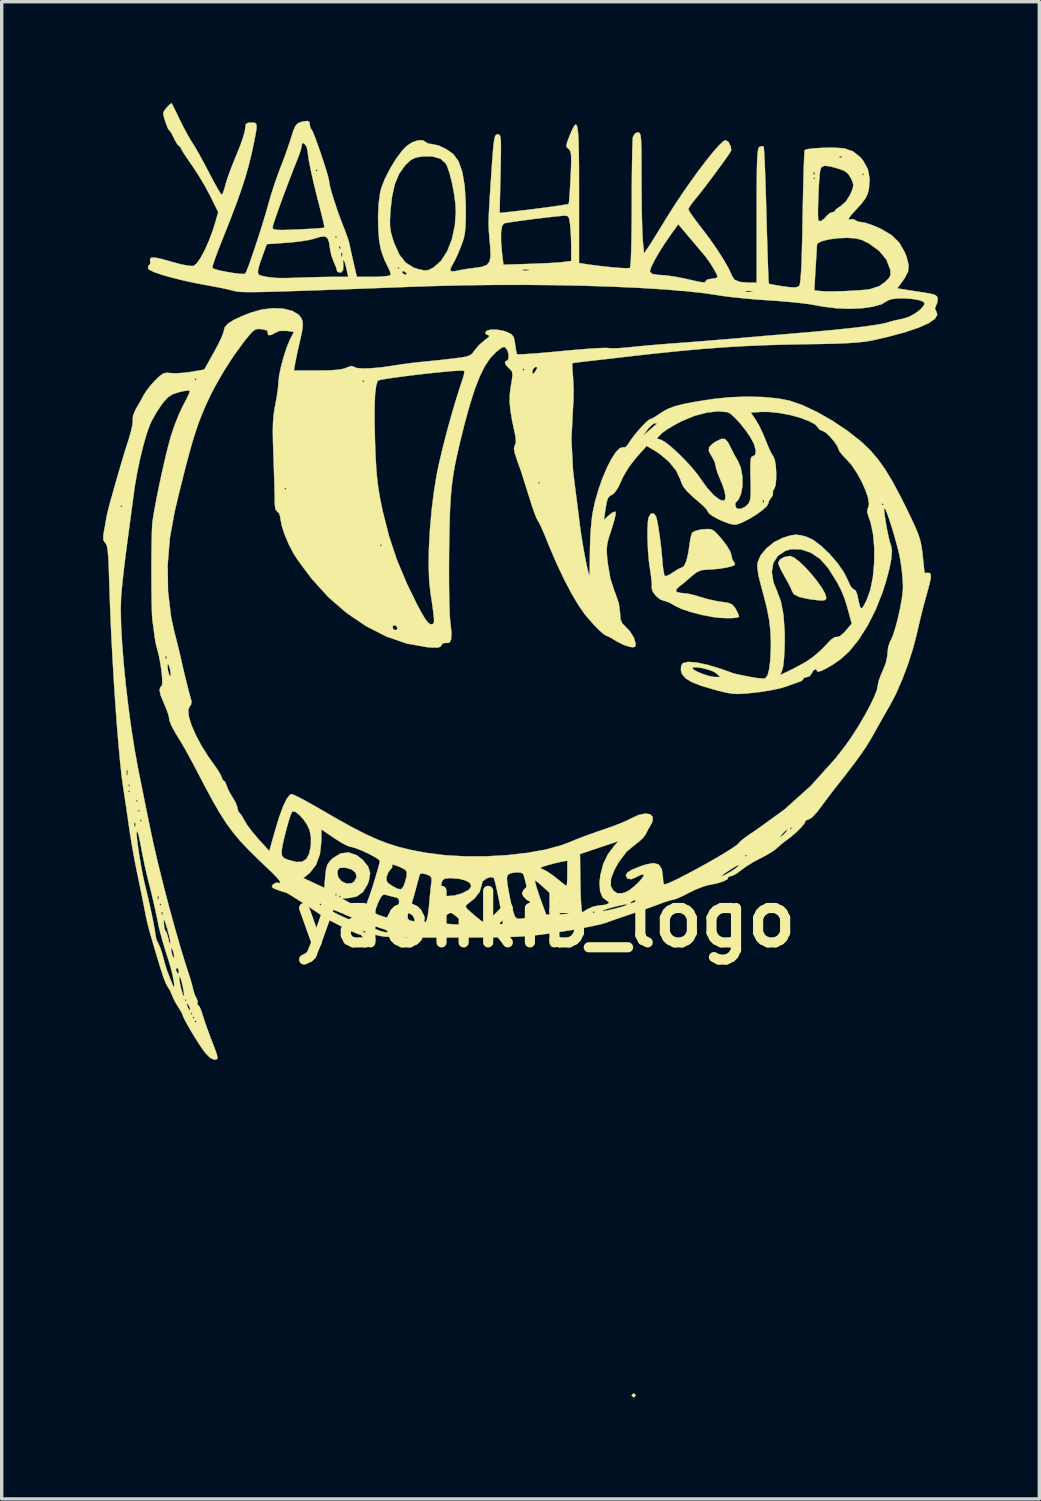
<source format=kicad_pcb>
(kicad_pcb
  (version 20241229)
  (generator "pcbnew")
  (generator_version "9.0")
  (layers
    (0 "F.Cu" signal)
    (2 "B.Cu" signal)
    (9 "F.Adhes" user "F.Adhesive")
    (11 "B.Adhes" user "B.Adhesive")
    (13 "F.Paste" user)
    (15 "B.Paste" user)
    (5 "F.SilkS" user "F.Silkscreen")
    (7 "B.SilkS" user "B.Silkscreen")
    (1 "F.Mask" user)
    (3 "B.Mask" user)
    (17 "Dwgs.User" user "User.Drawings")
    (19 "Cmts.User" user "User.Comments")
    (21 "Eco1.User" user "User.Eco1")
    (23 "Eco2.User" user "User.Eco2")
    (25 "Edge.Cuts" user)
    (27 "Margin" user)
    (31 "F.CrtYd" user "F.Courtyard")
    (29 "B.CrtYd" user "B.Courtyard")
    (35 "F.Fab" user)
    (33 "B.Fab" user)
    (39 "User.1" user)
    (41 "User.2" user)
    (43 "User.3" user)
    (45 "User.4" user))
  (footprint "yaohkib_logo"
    (layer "F.Cu")
    (at 13.092 24.129)
    (property "Reference" "yaohkib_logo" (at 0 0 0) (layer "F.SilkS") (effects (font (size 1.524 1.524) (thickness 0.3))))
    (attr through_hole)
    (fp_poly (pts (xy 2.654 14.072) (xy 2.655 14.085) (xy 2.612 14.142) (xy 2.598 14.143) (xy 2.542 14.099) (xy 2.54 14.085) (xy 2.584 14.029) (xy 2.598 14.028) (xy 2.654 14.072)) (stroke (width 0.01) (type solid)) (fill yes) (layer "F.SilkS"))
    (fp_poly (pts (xy 7.331 -10.695) (xy 7.483 -10.581) (xy 7.658 -10.415) (xy 7.84 -10.218) (xy 8.01 -10.008) (xy 8.154 -9.807) (xy 8.254 -9.633) (xy 8.293 -9.507) (xy 8.285 -9.469) (xy 8.253 -9.435) (xy 8.193 -9.421) (xy 8.082 -9.425) (xy 7.895 -9.447) (xy 7.749 -9.468) (xy 7.495 -9.526) (xy 7.333 -9.607) (xy 7.274 -9.707) (xy 7.274 -9.71) (xy 7.246 -9.784) (xy 7.174 -9.927) (xy 7.073 -10.107) (xy 7.072 -10.11) (xy 6.97 -10.295) (xy 6.897 -10.448) (xy 6.87 -10.536) (xy 6.921 -10.631) (xy 7.048 -10.706) (xy 7.212 -10.737) (xy 7.218 -10.737) (xy 7.331 -10.695)) (stroke (width 0.01) (type solid)) (fill yes) (layer "F.SilkS"))
    (fp_poly (pts (xy 3.259 -11.908) (xy 3.259 -11.908) (xy 3.292 -11.778) (xy 3.331 -11.563) (xy 3.371 -11.291) (xy 3.408 -10.992) (xy 3.437 -10.696) (xy 3.446 -10.593) (xy 3.466 -10.386) (xy 3.491 -10.226) (xy 3.515 -10.146) (xy 3.516 -10.145) (xy 3.582 -10.149) (xy 3.701 -10.211) (xy 3.752 -10.246) (xy 3.89 -10.337) (xy 3.996 -10.387) (xy 4.016 -10.391) (xy 4.092 -10.446) (xy 4.16 -10.601) (xy 4.215 -10.841) (xy 4.241 -11.026) (xy 4.27 -11.218) (xy 4.304 -11.369) (xy 4.326 -11.424) (xy 4.409 -11.475) (xy 4.563 -11.515) (xy 4.655 -11.527) (xy 4.802 -11.536) (xy 4.905 -11.52) (xy 4.996 -11.463) (xy 5.108 -11.346) (xy 5.21 -11.226) (xy 5.345 -11.049) (xy 5.443 -10.889) (xy 5.484 -10.779) (xy 5.484 -10.773) (xy 5.513 -10.639) (xy 5.552 -10.577) (xy 5.593 -10.5) (xy 5.584 -10.471) (xy 5.494 -10.431) (xy 5.324 -10.392) (xy 5.111 -10.359) (xy 4.889 -10.339) (xy 4.787 -10.336) (xy 4.605 -10.319) (xy 4.46 -10.258) (xy 4.299 -10.129) (xy 4.297 -10.127) (xy 4.139 -9.989) (xy 3.995 -9.872) (xy 3.94 -9.832) (xy 3.849 -9.741) (xy 3.867 -9.675) (xy 3.99 -9.643) (xy 4.053 -9.64) (xy 4.207 -9.621) (xy 4.414 -9.572) (xy 4.555 -9.528) (xy 4.804 -9.456) (xy 5.073 -9.399) (xy 5.196 -9.382) (xy 5.389 -9.353) (xy 5.505 -9.305) (xy 5.584 -9.221) (xy 5.614 -9.172) (xy 5.682 -9.039) (xy 5.715 -8.949) (xy 5.715 -8.943) (xy 5.663 -8.917) (xy 5.528 -8.902) (xy 5.342 -8.899) (xy 5.137 -8.909) (xy 4.965 -8.928) (xy 4.616 -8.995) (xy 4.29 -9.079) (xy 4.015 -9.171) (xy 3.822 -9.262) (xy 3.807 -9.272) (xy 3.655 -9.358) (xy 3.528 -9.406) (xy 3.501 -9.41) (xy 3.383 -9.452) (xy 3.258 -9.554) (xy 3.163 -9.68) (xy 3.129 -9.792) (xy 3.132 -9.804) (xy 3.135 -9.907) (xy 3.119 -10.087) (xy 3.087 -10.307) (xy 3.082 -10.335) (xy 3.046 -10.599) (xy 3.021 -10.905) (xy 3.007 -11.22) (xy 3.006 -11.512) (xy 3.018 -11.748) (xy 3.038 -11.877) (xy 3.102 -11.985) (xy 3.187 -11.997) (xy 3.259 -11.908)) (stroke (width 0.01) (type solid)) (fill yes) (layer "F.SilkS"))
    (fp_poly (pts (xy -11.062 -24.12) (xy -11.033 -24.063) (xy -10.966 -23.927) (xy -10.873 -23.736) (xy -10.827 -23.639) (xy -10.704 -23.395) (xy -10.577 -23.161) (xy -10.469 -22.979) (xy -10.448 -22.947) (xy -10.359 -22.804) (xy -10.236 -22.587) (xy -10.094 -22.327) (xy -9.957 -22.066) (xy -9.828 -21.821) (xy -9.716 -21.618) (xy -9.632 -21.477) (xy -9.586 -21.418) (xy -9.584 -21.417) (xy -9.55 -21.468) (xy -9.506 -21.598) (xy -9.481 -21.695) (xy -9.431 -21.863) (xy -9.347 -22.102) (xy -9.241 -22.376) (xy -9.153 -22.589) (xy -9.047 -22.851) (xy -8.962 -23.091) (xy -8.906 -23.28) (xy -8.89 -23.379) (xy -8.876 -23.502) (xy -8.809 -23.547) (xy -8.717 -23.553) (xy -8.627 -23.549) (xy -8.573 -23.525) (xy -8.553 -23.459) (xy -8.563 -23.331) (xy -8.601 -23.121) (xy -8.63 -22.975) (xy -8.705 -22.622) (xy -8.788 -22.284) (xy -8.885 -21.942) (xy -9.003 -21.578) (xy -9.148 -21.17) (xy -9.326 -20.701) (xy -9.544 -20.151) (xy -9.597 -20.018) (xy -9.703 -19.749) (xy -9.787 -19.519) (xy -9.843 -19.349) (xy -9.863 -19.259) (xy -9.861 -19.251) (xy -9.781 -19.216) (xy -9.626 -19.176) (xy -9.428 -19.137) (xy -9.222 -19.103) (xy -9.042 -19.082) (xy -8.92 -19.078) (xy -8.89 -19.087) (xy -8.877 -19.113) (xy -8.516 -19.113) (xy -8.486 -19.054) (xy -8.418 -19.025) (xy -8.415 -19.024) (xy -8.237 -18.989) (xy -8.075 -18.967) (xy -7.899 -18.956) (xy -7.676 -18.956) (xy -7.376 -18.965) (xy -7.308 -18.967) (xy -6.99 -18.978) (xy -6.67 -18.986) (xy -6.389 -18.991) (xy -6.232 -18.992) (xy -5.843 -18.992) (xy -5.897 -19.236) (xy -5.944 -19.417) (xy -5.978 -19.498) (xy -5.995 -19.475) (xy -5.991 -19.343) (xy -5.991 -19.338) (xy -5.996 -19.193) (xy -6.049 -19.128) (xy -6.076 -19.12) (xy -6.16 -19.137) (xy -6.177 -19.176) (xy -6.203 -19.278) (xy -6.264 -19.417) (xy -6.264 -19.418) (xy -6.335 -19.601) (xy -6.349 -19.661) (xy -6.057 -19.661) (xy -6.046 -19.586) (xy -6.026 -19.585) (xy -6.013 -19.662) (xy -6.022 -19.696) (xy -6.048 -19.718) (xy -6.057 -19.661) (xy -6.349 -19.661) (xy -6.375 -19.776) (xy -6.387 -19.858) (xy -6.119 -19.858) (xy -6.098 -19.811) (xy -6.081 -19.82) (xy -6.074 -19.888) (xy -6.081 -19.897) (xy -6.115 -19.889) (xy -6.119 -19.858) (xy -6.387 -19.858) (xy -6.41 -20.009) (xy -6.46 -20.142) (xy -6.518 -20.176) (xy -6.235 -20.176) (xy -6.206 -20.147) (xy -6.177 -20.176) (xy -6.206 -20.205) (xy -6.235 -20.176) (xy -6.518 -20.176) (xy -6.546 -20.191) (xy -6.687 -20.172) (xy -6.841 -20.123) (xy -6.999 -20.084) (xy -7.235 -20.045) (xy -7.508 -20.013) (xy -7.662 -20.001) (xy -8.252 -19.959) (xy -8.361 -19.663) (xy -8.455 -19.398) (xy -8.506 -19.221) (xy -8.516 -19.113) (xy -8.877 -19.113) (xy -8.852 -19.162) (xy -8.788 -19.326) (xy -8.704 -19.561) (xy -8.608 -19.844) (xy -8.505 -20.157) (xy -8.41 -20.454) (xy -8.082 -20.454) (xy -8.071 -20.416) (xy -8.026 -20.392) (xy -7.928 -20.38) (xy -7.761 -20.378) (xy -7.507 -20.386) (xy -7.326 -20.394) (xy -7.043 -20.408) (xy -6.806 -20.422) (xy -6.636 -20.435) (xy -6.554 -20.445) (xy -6.551 -20.446) (xy -6.556 -20.507) (xy -6.587 -20.653) (xy -6.638 -20.861) (xy -6.677 -21.013) (xy -6.785 -21.434) (xy -6.879 -21.825) (xy -6.949 -22.138) (xy -6.812 -22.138) (xy -6.783 -22.11) (xy -6.754 -22.138) (xy -6.783 -22.167) (xy -6.812 -22.138) (xy -6.949 -22.138) (xy -6.955 -22.169) (xy -7.01 -22.447) (xy -7.038 -22.64) (xy -7.042 -22.694) (xy -7.074 -22.836) (xy -7.129 -22.918) (xy -7.197 -22.958) (xy -7.216 -22.903) (xy -7.216 -22.892) (xy -7.237 -22.784) (xy -7.289 -22.617) (xy -7.325 -22.524) (xy -7.453 -22.201) (xy -7.585 -21.859) (xy -7.714 -21.517) (xy -7.834 -21.194) (xy -7.937 -20.907) (xy -8.017 -20.675) (xy -8.067 -20.517) (xy -8.082 -20.454) (xy -8.41 -20.454) (xy -8.403 -20.477) (xy -8.309 -20.785) (xy -8.228 -21.061) (xy -8.194 -21.186) (xy -8.11 -21.472) (xy -8.001 -21.805) (xy -7.885 -22.128) (xy -7.847 -22.225) (xy -7.742 -22.5) (xy -7.643 -22.776) (xy -7.564 -23.008) (xy -7.538 -23.091) (xy -7.468 -23.316) (xy -7.406 -23.455) (xy -7.335 -23.532) (xy -7.236 -23.573) (xy -7.17 -23.588) (xy -7.043 -23.603) (xy -6.992 -23.569) (xy -6.985 -23.506) (xy -6.961 -23.393) (xy -6.93 -23.352) (xy -6.894 -23.288) (xy -6.833 -23.139) (xy -6.756 -22.929) (xy -6.67 -22.684) (xy -6.584 -22.427) (xy -6.507 -22.185) (xy -6.447 -21.982) (xy -6.413 -21.843) (xy -6.408 -21.804) (xy -6.389 -21.689) (xy -6.337 -21.494) (xy -6.261 -21.246) (xy -6.17 -20.972) (xy -6.072 -20.7) (xy -6.002 -20.52) (xy -5.917 -20.301) (xy -5.849 -20.108) (xy -5.811 -19.978) (xy -5.81 -19.971) (xy -5.784 -19.845) (xy -5.741 -19.648) (xy -5.689 -19.422) (xy -5.687 -19.411) (xy -5.59 -18.992) (xy -5.108 -18.992) (xy -4.883 -18.998) (xy -4.705 -19.014) (xy -4.604 -19.037) (xy -4.592 -19.046) (xy -4.598 -19.124) (xy -4.601 -19.13) (xy -4.252 -19.13) (xy -4.243 -19.108) (xy -4.166 -19.052) (xy -4.15 -19.05) (xy -4.118 -19.086) (xy -4.128 -19.108) (xy -4.204 -19.163) (xy -4.221 -19.165) (xy -4.252 -19.13) (xy -4.601 -19.13) (xy -4.652 -19.252) (xy -4.387 -19.252) (xy -4.358 -19.223) (xy -4.33 -19.252) (xy -4.358 -19.281) (xy -4.387 -19.252) (xy -4.652 -19.252) (xy -4.654 -19.256) (xy -4.68 -19.304) (xy -4.768 -19.485) (xy -4.851 -19.709) (xy -4.882 -19.813) (xy -4.931 -20.087) (xy -4.957 -20.43) (xy -4.96 -20.668) (xy -4.611 -20.668) (xy -4.607 -20.469) (xy -4.579 -20.295) (xy -4.523 -20.1) (xy -4.479 -19.973) (xy -4.328 -19.642) (xy -4.142 -19.41) (xy -3.907 -19.263) (xy -3.758 -19.216) (xy -3.597 -19.182) (xy -3.489 -19.186) (xy -3.378 -19.237) (xy -3.309 -19.278) (xy -3.094 -19.471) (xy -2.914 -19.756) (xy -2.776 -20.112) (xy -2.69 -20.52) (xy -2.662 -20.916) (xy -2.676 -21.17) (xy -2.716 -21.466) (xy -2.775 -21.769) (xy -2.844 -22.046) (xy -2.918 -22.261) (xy -2.959 -22.343) (xy -3.112 -22.482) (xy -3.347 -22.553) (xy -3.651 -22.553) (xy -3.653 -22.553) (xy -3.853 -22.517) (xy -3.996 -22.447) (xy -4.139 -22.312) (xy -4.161 -22.289) (xy -4.338 -22.04) (xy -4.466 -21.734) (xy -4.551 -21.35) (xy -4.596 -20.937) (xy -4.611 -20.668) (xy -4.96 -20.668) (xy -4.961 -20.801) (xy -4.943 -21.161) (xy -4.903 -21.468) (xy -4.873 -21.594) (xy -4.769 -21.872) (xy -4.615 -22.177) (xy -4.435 -22.473) (xy -4.25 -22.723) (xy -4.119 -22.86) (xy -3.951 -22.971) (xy -3.776 -23.029) (xy -3.629 -23.029) (xy -3.55 -22.975) (xy -3.471 -22.931) (xy -3.371 -22.918) (xy -3.176 -22.878) (xy -2.951 -22.773) (xy -2.743 -22.626) (xy -2.727 -22.611) (xy -2.581 -22.407) (xy -2.472 -22.097) (xy -2.401 -21.686) (xy -2.369 -21.177) (xy -2.367 -21.002) (xy -2.369 -20.68) (xy -2.378 -20.444) (xy -2.399 -20.262) (xy -2.435 -20.105) (xy -2.491 -19.942) (xy -2.52 -19.868) (xy -2.607 -19.658) (xy -2.69 -19.479) (xy -2.751 -19.369) (xy -2.825 -19.229) (xy -2.808 -19.159) (xy -2.698 -19.156) (xy -2.683 -19.159) (xy 3.078 -19.159) (xy 3.08 -19.137) (xy 3.156 -19.075) (xy 3.329 -19.048) (xy 3.39 -19.047) (xy 3.583 -19.031) (xy 3.837 -18.994) (xy 4.1 -18.943) (xy 4.128 -18.936) (xy 4.395 -18.875) (xy 4.57 -18.84) (xy 4.672 -18.828) (xy 4.72 -18.839) (xy 4.733 -18.869) (xy 4.734 -18.877) (xy 4.784 -18.917) (xy 4.905 -18.935) (xy 4.907 -18.935) (xy 5.028 -18.952) (xy 5.08 -18.993) (xy 5.08 -18.993) (xy 5.049 -19.079) (xy 4.969 -19.224) (xy 4.861 -19.396) (xy 4.745 -19.561) (xy 4.68 -19.643) (xy 4.592 -19.746) (xy 4.456 -19.908) (xy 4.295 -20.098) (xy 4.243 -20.16) (xy 3.915 -20.548) (xy 3.719 -20.275) (xy 3.518 -19.984) (xy 3.344 -19.709) (xy 3.206 -19.468) (xy 3.114 -19.279) (xy 3.078 -19.159) (xy -2.683 -19.159) (xy -2.641 -19.169) (xy -2.555 -19.187) (xy -0.701 -19.187) (xy -0.624 -19.177) (xy -0.606 -19.177) (xy -0.508 -19.183) (xy -0.499 -19.201) (xy -0.504 -19.203) (xy -0.619 -19.215) (xy -0.677 -19.205) (xy -0.701 -19.187) (xy -2.555 -19.187) (xy -2.475 -19.204) (xy -2.255 -19.238) (xy -2.121 -19.254) (xy -1.894 -19.287) (xy -1.747 -19.343) (xy -1.665 -19.443) (xy -1.635 -19.607) (xy -1.643 -19.858) (xy -1.653 -19.968) (xy -1.67 -20.157) (xy -1.682 -20.309) (xy -1.325 -20.309) (xy -1.325 -20.038) (xy -1.296 -19.689) (xy -1.291 -19.648) (xy -1.255 -19.351) (xy -0.498 -19.375) (xy -0.189 -19.386) (xy 0.102 -19.4) (xy 0.342 -19.415) (xy 0.499 -19.429) (xy 0.505 -19.43) (xy 0.75 -19.461) (xy 0.75 -19.883) (xy 0.745 -20.137) (xy 0.732 -20.385) (xy 0.715 -20.559) (xy 0.689 -20.716) (xy 0.648 -20.788) (xy 0.562 -20.803) (xy 0.47 -20.796) (xy 0.236 -20.772) (xy -0.041 -20.741) (xy -0.338 -20.705) (xy -0.629 -20.667) (xy -0.889 -20.631) (xy -1.094 -20.601) (xy -1.218 -20.578) (xy -1.24 -20.572) (xy -1.296 -20.491) (xy -1.325 -20.309) (xy -1.682 -20.309) (xy -1.683 -20.312) (xy -1.69 -20.452) (xy -1.693 -20.596) (xy -1.689 -20.763) (xy -1.68 -20.971) (xy -1.664 -21.24) (xy -1.642 -21.588) (xy -1.616 -21.98) (xy -1.589 -22.386) (xy -1.566 -22.692) (xy -1.546 -22.911) (xy -1.525 -23.057) (xy -1.503 -23.146) (xy -1.476 -23.19) (xy -1.442 -23.205) (xy -1.425 -23.206) (xy -1.388 -23.201) (xy -1.361 -23.177) (xy -1.342 -23.117) (xy -1.332 -23.008) (xy -1.328 -22.835) (xy -1.33 -22.583) (xy -1.337 -22.236) (xy -1.341 -22.045) (xy -1.367 -20.883) (xy -1.044 -20.916) (xy -0.793 -20.944) (xy -0.506 -20.978) (xy -0.208 -21.016) (xy 0.079 -21.054) (xy 0.333 -21.09) (xy 0.531 -21.12) (xy 0.65 -21.141) (xy 0.675 -21.149) (xy 0.685 -21.211) (xy 0.699 -21.366) (xy 0.714 -21.594) (xy 0.729 -21.87) (xy 0.732 -21.937) (xy 0.746 -22.252) (xy 0.75 -22.471) (xy 0.744 -22.616) (xy 0.726 -22.704) (xy 0.694 -22.756) (xy 0.671 -22.775) (xy 0.62 -22.823) (xy 0.608 -22.887) (xy 0.637 -22.996) (xy 0.705 -23.171) (xy 0.772 -23.329) (xy 0.828 -23.439) (xy 0.872 -23.492) (xy 0.908 -23.483) (xy 0.934 -23.404) (xy 0.954 -23.247) (xy 0.967 -23.006) (xy 0.975 -22.674) (xy 0.98 -22.244) (xy 0.981 -21.708) (xy 0.981 -21.448) (xy 0.981 -19.402) (xy 1.169 -19.371) (xy 1.421 -19.335) (xy 1.694 -19.302) (xy 1.962 -19.275) (xy 2.199 -19.255) (xy 2.38 -19.247) (xy 2.478 -19.251) (xy 2.485 -19.254) (xy 2.5 -19.32) (xy 2.513 -19.491) (xy 2.524 -19.758) (xy 2.532 -20.11) (xy 2.538 -20.537) (xy 2.541 -21.03) (xy 2.541 -21.146) (xy 2.542 -21.603) (xy 2.545 -22.028) (xy 2.55 -22.405) (xy 2.556 -22.719) (xy 2.564 -22.956) (xy 2.572 -23.1) (xy 2.576 -23.134) (xy 2.647 -23.24) (xy 2.72 -23.264) (xy 2.754 -23.259) (xy 2.78 -23.234) (xy 2.799 -23.176) (xy 2.813 -23.071) (xy 2.821 -22.906) (xy 2.826 -22.668) (xy 2.828 -22.342) (xy 2.829 -21.917) (xy 2.829 -21.864) (xy 2.831 -21.448) (xy 2.835 -21.046) (xy 2.842 -20.682) (xy 2.851 -20.377) (xy 2.861 -20.153) (xy 2.866 -20.074) (xy 2.903 -19.683) (xy 3.031 -19.872) (xy 3.111 -19.994) (xy 3.233 -20.189) (xy 3.382 -20.429) (xy 3.541 -20.689) (xy 3.545 -20.695) (xy 3.77 -21.055) (xy 4.012 -21.42) (xy 4.259 -21.777) (xy 4.502 -22.114) (xy 4.732 -22.417) (xy 4.938 -22.674) (xy 5.111 -22.87) (xy 5.24 -22.994) (xy 5.313 -23.033) (xy 5.4 -22.982) (xy 5.464 -22.856) (xy 5.483 -22.734) (xy 5.451 -22.675) (xy 5.362 -22.543) (xy 5.23 -22.358) (xy 5.071 -22.14) (xy 4.898 -21.907) (xy 4.725 -21.678) (xy 4.566 -21.473) (xy 4.436 -21.311) (xy 4.407 -21.277) (xy 4.297 -21.136) (xy 4.227 -21.025) (xy 4.215 -20.988) (xy 4.249 -20.92) (xy 4.342 -20.784) (xy 4.478 -20.599) (xy 4.621 -20.414) (xy 4.847 -20.114) (xy 5.062 -19.805) (xy 5.251 -19.51) (xy 5.4 -19.251) (xy 5.494 -19.052) (xy 5.508 -19.013) (xy 5.582 -18.905) (xy 5.735 -18.843) (xy 5.981 -18.82) (xy 6.018 -18.82) (xy 6.235 -18.819) (xy 6.235 -20.812) (xy 6.235 -21.351) (xy 6.237 -21.786) (xy 6.241 -22.127) (xy 6.247 -22.386) (xy 6.256 -22.574) (xy 6.268 -22.703) (xy 6.284 -22.783) (xy 6.304 -22.825) (xy 6.324 -22.84) (xy 6.416 -22.855) (xy 6.441 -22.846) (xy 6.449 -22.783) (xy 6.46 -22.619) (xy 6.472 -22.366) (xy 6.485 -22.037) (xy 6.498 -21.647) (xy 6.512 -21.207) (xy 6.523 -20.811) (xy 6.536 -20.342) (xy 6.549 -19.911) (xy 6.561 -19.531) (xy 6.572 -19.216) (xy 6.581 -18.978) (xy 6.589 -18.832) (xy 6.593 -18.789) (xy 6.654 -18.773) (xy 6.799 -18.746) (xy 6.997 -18.714) (xy 7.013 -18.711) (xy 7.244 -18.682) (xy 7.388 -18.68) (xy 7.471 -18.706) (xy 7.489 -18.721) (xy 7.511 -18.775) (xy 7.529 -18.897) (xy 7.545 -19.094) (xy 7.56 -19.375) (xy 7.572 -19.748) (xy 7.584 -20.221) (xy 7.593 -20.753) (xy 7.595 -20.851) (xy 8.047 -20.851) (xy 8.052 -20.704) (xy 8.061 -20.648) (xy 8.14 -20.641) (xy 8.247 -20.726) (xy 8.302 -20.793) (xy 8.396 -20.877) (xy 8.46 -20.897) (xy 8.535 -20.922) (xy 8.544 -20.941) (xy 8.589 -20.995) (xy 8.7 -21.072) (xy 8.72 -21.084) (xy 8.871 -21.218) (xy 8.999 -21.418) (xy 9.009 -21.441) (xy 9.075 -21.602) (xy 9.093 -21.71) (xy 9.064 -21.818) (xy 9.024 -21.905) (xy 8.951 -22.023) (xy 9.352 -22.023) (xy 9.381 -21.994) (xy 9.41 -22.023) (xy 9.381 -22.052) (xy 9.352 -22.023) (xy 8.951 -22.023) (xy 8.939 -22.042) (xy 8.821 -22.13) (xy 8.637 -22.197) (xy 8.399 -22.26) (xy 8.246 -22.277) (xy 8.159 -22.246) (xy 8.118 -22.165) (xy 8.115 -22.153) (xy 8.098 -22.02) (xy 8.081 -21.818) (xy 8.067 -21.574) (xy 8.056 -21.313) (xy 8.049 -21.063) (xy 8.047 -20.851) (xy 7.595 -20.851) (xy 7.602 -21.217) (xy 7.611 -21.643) (xy 7.618 -21.907) (xy 7.909 -21.907) (xy 7.938 -21.879) (xy 7.966 -21.907) (xy 7.938 -21.936) (xy 7.909 -21.907) (xy 7.618 -21.907) (xy 7.621 -22.019) (xy 7.622 -22.052) (xy 7.909 -22.052) (xy 7.93 -22.004) (xy 7.947 -22.013) (xy 7.954 -22.082) (xy 7.947 -22.09) (xy 7.913 -22.082) (xy 7.909 -22.052) (xy 7.622 -22.052) (xy 7.631 -22.33) (xy 7.641 -22.552) (xy 8.678 -22.552) (xy 8.686 -22.518) (xy 8.717 -22.514) (xy 8.764 -22.535) (xy 8.755 -22.552) (xy 8.687 -22.559) (xy 8.678 -22.552) (xy 7.641 -22.552) (xy 7.641 -22.563) (xy 7.65 -22.704) (xy 7.656 -22.742) (xy 7.742 -22.77) (xy 7.929 -22.793) (xy 8.203 -22.808) (xy 8.486 -22.815) (xy 8.821 -22.792) (xy 9.081 -22.703) (xy 9.293 -22.537) (xy 9.377 -22.437) (xy 9.52 -22.184) (xy 9.575 -21.902) (xy 9.556 -21.611) (xy 9.519 -21.452) (xy 9.45 -21.309) (xy 9.328 -21.149) (xy 9.188 -20.996) (xy 9.03 -20.821) (xy 8.955 -20.719) (xy 8.964 -20.686) (xy 8.986 -20.69) (xy 9.099 -20.697) (xy 9.148 -20.669) (xy 9.228 -20.624) (xy 9.342 -20.609) (xy 9.47 -20.584) (xy 9.661 -20.519) (xy 9.877 -20.427) (xy 9.903 -20.415) (xy 10.223 -20.226) (xy 10.454 -20) (xy 10.619 -19.708) (xy 10.67 -19.575) (xy 10.728 -19.343) (xy 10.712 -19.153) (xy 10.614 -18.958) (xy 10.565 -18.888) (xy 10.394 -18.651) (xy 10.58 -18.621) (xy 10.733 -18.597) (xy 10.952 -18.563) (xy 11.173 -18.529) (xy 11.388 -18.492) (xy 11.512 -18.455) (xy 11.571 -18.407) (xy 11.588 -18.342) (xy 11.569 -18.207) (xy 11.536 -18.143) (xy 11.506 -18.048) (xy 11.539 -17.989) (xy 11.577 -17.872) (xy 11.502 -17.748) (xy 11.315 -17.62) (xy 11.021 -17.489) (xy 10.62 -17.354) (xy 10.116 -17.218) (xy 9.68 -17.118) (xy 9.482 -17.082) (xy 9.242 -17.055) (xy 8.943 -17.033) (xy 8.57 -17.017) (xy 8.106 -17.006) (xy 7.804 -17.002) (xy 7.115 -16.99) (xy 6.474 -16.971) (xy 5.859 -16.944) (xy 5.248 -16.907) (xy 4.619 -16.86) (xy 3.951 -16.799) (xy 3.221 -16.724) (xy 2.408 -16.633) (xy 2.049 -16.591) (xy 1.85 -16.568) (xy 1.587 -16.538) (xy 1.314 -16.507) (xy 1.273 -16.503) (xy 1.051 -16.477) (xy 0.88 -16.454) (xy 0.788 -16.439) (xy 0.778 -16.436) (xy 0.779 -16.377) (xy 0.788 -16.231) (xy 0.803 -16.026) (xy 0.807 -15.962) (xy 0.82 -15.663) (xy 0.816 -15.334) (xy 0.8 -15.067) (xy 0.756 -14.188) (xy 0.802 -13.287) (xy 0.84 -12.958) (xy 0.886 -12.601) (xy 0.937 -12.203) (xy 0.984 -11.825) (xy 1.008 -11.632) (xy 1.042 -11.386) (xy 1.086 -11.113) (xy 1.134 -10.836) (xy 1.183 -10.579) (xy 1.228 -10.365) (xy 1.265 -10.218) (xy 1.288 -10.16) (xy 1.289 -10.16) (xy 1.293 -10.214) (xy 1.297 -10.362) (xy 1.3 -10.58) (xy 1.303 -10.848) (xy 1.303 -10.867) (xy 1.311 -11.195) (xy 1.33 -11.53) (xy 1.358 -11.828) (xy 1.382 -12.007) (xy 1.457 -12.356) (xy 1.558 -12.706) (xy 1.676 -13.041) (xy 1.806 -13.346) (xy 1.939 -13.606) (xy 2.067 -13.804) (xy 2.185 -13.925) (xy 2.283 -13.954) (xy 2.303 -13.945) (xy 2.368 -13.963) (xy 2.436 -14.05) (xy 2.518 -14.176) (xy 2.546 -14.212) (xy 3.281 -14.212) (xy 3.415 -14.169) (xy 3.535 -14.101) (xy 3.706 -13.964) (xy 3.908 -13.781) (xy 4.118 -13.571) (xy 4.314 -13.358) (xy 4.476 -13.16) (xy 4.537 -13.075) (xy 4.764 -12.759) (xy 4.967 -12.533) (xy 5.138 -12.405) (xy 5.181 -12.387) (xy 5.274 -12.373) (xy 5.307 -12.431) (xy 5.31 -12.508) (xy 5.286 -12.651) (xy 5.223 -12.844) (xy 5.166 -12.98) (xy 5.087 -13.168) (xy 5.035 -13.329) (xy 5.022 -13.404) (xy 4.99 -13.528) (xy 4.911 -13.676) (xy 4.901 -13.689) (xy 4.82 -13.837) (xy 4.827 -13.952) (xy 4.932 -14.059) (xy 5.038 -14.128) (xy 5.189 -14.201) (xy 5.294 -14.198) (xy 5.381 -14.107) (xy 5.468 -13.94) (xy 5.56 -13.754) (xy 5.656 -13.587) (xy 5.675 -13.559) (xy 5.765 -13.349) (xy 5.813 -13.08) (xy 5.814 -12.799) (xy 5.772 -12.582) (xy 5.715 -12.44) (xy 5.662 -12.36) (xy 5.648 -12.354) (xy 5.609 -12.305) (xy 5.6 -12.238) (xy 5.639 -12.146) (xy 5.739 -12.126) (xy 5.87 -12.177) (xy 5.951 -12.243) (xy 6.003 -12.304) (xy 6.025 -12.354) (xy 6.408 -12.354) (xy 6.429 -12.306) (xy 6.446 -12.315) (xy 6.453 -12.384) (xy 6.446 -12.392) (xy 6.412 -12.384) (xy 6.408 -12.354) (xy 6.025 -12.354) (xy 6.036 -12.379) (xy 6.054 -12.492) (xy 6.059 -12.665) (xy 6.055 -12.923) (xy 6.052 -13.022) (xy 6.046 -13.321) (xy 6.051 -13.52) (xy 6.066 -13.634) (xy 6.095 -13.679) (xy 6.106 -13.681) (xy 6.193 -13.726) (xy 6.21 -13.851) (xy 6.158 -14.042) (xy 6.152 -14.057) (xy 6.056 -14.238) (xy 5.916 -14.444) (xy 5.755 -14.648) (xy 5.593 -14.825) (xy 5.454 -14.948) (xy 5.377 -14.99) (xy 5.099 -15.016) (xy 4.761 -14.978) (xy 4.394 -14.881) (xy 4.028 -14.73) (xy 4.004 -14.718) (xy 3.777 -14.596) (xy 3.577 -14.475) (xy 3.438 -14.375) (xy 3.407 -14.347) (xy 3.281 -14.212) (xy 2.546 -14.212) (xy 2.604 -14.287) (xy 2.869 -14.287) (xy 3.065 -14.461) (xy 3.188 -14.568) (xy 3.27 -14.637) (xy 3.285 -14.648) (xy 3.262 -14.661) (xy 3.224 -14.663) (xy 3.139 -14.619) (xy 3.031 -14.511) (xy 3.004 -14.475) (xy 2.869 -14.287) (xy 2.604 -14.287) (xy 2.64 -14.335) (xy 2.78 -14.5) (xy 2.916 -14.645) (xy 3.023 -14.747) (xy 3.077 -14.778) (xy 3.158 -14.81) (xy 3.284 -14.888) (xy 3.314 -14.909) (xy 3.468 -15.012) (xy 3.63 -15.096) (xy 3.82 -15.166) (xy 4.058 -15.228) (xy 4.362 -15.288) (xy 4.753 -15.351) (xy 4.972 -15.383) (xy 5.443 -15.432) (xy 5.937 -15.45) (xy 6.42 -15.438) (xy 6.859 -15.397) (xy 7.211 -15.33) (xy 7.593 -15.197) (xy 8.022 -14.995) (xy 8.47 -14.739) (xy 8.907 -14.448) (xy 9.304 -14.137) (xy 9.352 -14.095) (xy 9.594 -13.863) (xy 9.816 -13.605) (xy 10.032 -13.302) (xy 10.253 -12.937) (xy 10.491 -12.492) (xy 10.651 -12.171) (xy 10.814 -11.834) (xy 10.933 -11.577) (xy 11.015 -11.374) (xy 11.071 -11.201) (xy 11.107 -11.035) (xy 11.133 -10.851) (xy 11.143 -10.761) (xy 11.167 -10.533) (xy 11.186 -10.355) (xy 11.197 -10.253) (xy 11.198 -10.239) (xy 11.247 -10.236) (xy 11.3 -10.239) (xy 11.357 -10.231) (xy 11.385 -10.184) (xy 11.382 -10.083) (xy 11.346 -9.912) (xy 11.276 -9.653) (xy 11.24 -9.525) (xy 11.16 -9.23) (xy 11.074 -8.885) (xy 10.997 -8.555) (xy 10.981 -8.481) (xy 10.867 -8.032) (xy 10.714 -7.551) (xy 10.535 -7.076) (xy 10.346 -6.645) (xy 10.182 -6.333) (xy 10.041 -6.09) (xy 9.879 -5.803) (xy 9.727 -5.529) (xy 9.711 -5.501) (xy 9.591 -5.291) (xy 9.461 -5.082) (xy 9.307 -4.857) (xy 9.116 -4.596) (xy 8.875 -4.281) (xy 8.617 -3.952) (xy 8.465 -3.758) (xy 8.327 -3.576) (xy 8.23 -3.445) (xy 8.226 -3.44) (xy 8.027 -3.174) (xy 7.877 -3.01) (xy 7.772 -2.945) (xy 7.759 -2.944) (xy 7.686 -2.917) (xy 7.678 -2.897) (xy 7.636 -2.815) (xy 7.53 -2.69) (xy 7.383 -2.546) (xy 7.223 -2.412) (xy 7.158 -2.364) (xy 6.998 -2.244) (xy 6.861 -2.124) (xy 6.841 -2.104) (xy 6.731 -2.018) (xy 6.554 -1.908) (xy 6.35 -1.801) (xy 6.126 -1.681) (xy 5.913 -1.549) (xy 5.773 -1.444) (xy 5.629 -1.339) (xy 5.503 -1.277) (xy 5.466 -1.27) (xy 5.393 -1.249) (xy 5.391 -1.223) (xy 5.364 -1.174) (xy 5.248 -1.116) (xy 5.07 -1.059) (xy 4.854 -1.013) (xy 4.82 -1.008) (xy 4.649 -0.961) (xy 4.429 -0.874) (xy 4.227 -0.775) (xy 4.035 -0.677) (xy 3.876 -0.606) (xy 3.783 -0.577) (xy 3.78 -0.577) (xy 3.686 -0.557) (xy 3.522 -0.505) (xy 3.335 -0.437) (xy 3.088 -0.345) (xy 2.796 -0.242) (xy 2.54 -0.156) (xy 2.277 -0.068) (xy 2.006 0.026) (xy 1.79 0.104) (xy 1.629 0.151) (xy 1.379 0.208) (xy 1.065 0.27) (xy 0.714 0.332) (xy 0.404 0.382) (xy 0.115 0.424) (xy -0.138 0.459) (xy -0.372 0.486) (xy -0.605 0.506) (xy -0.853 0.521) (xy -1.136 0.532) (xy -1.469 0.538) (xy -1.871 0.542) (xy -2.359 0.544) (xy -2.742 0.545) (xy -3.289 0.546) (xy -3.733 0.545) (xy -4.087 0.543) (xy -4.366 0.538) (xy -4.581 0.53) (xy -4.746 0.519) (xy -4.874 0.503) (xy -4.978 0.481) (xy -5.07 0.454) (xy -5.157 0.423) (xy -4.426 0.423) (xy -4.418 0.458) (xy -4.387 0.462) (xy -4.34 0.441) (xy -4.349 0.423) (xy -4.417 0.416) (xy -4.426 0.423) (xy -5.157 0.423) (xy -5.165 0.421) (xy -5.167 0.42) (xy -5.339 0.361) (xy -5.419 0.347) (xy -5.401 0.377) (xy -5.284 0.444) (xy -5.213 0.462) (xy -5.144 0.497) (xy -5.138 0.52) (xy -5.187 0.563) (xy -5.282 0.577) (xy -5.391 0.558) (xy -5.426 0.52) (xy -5.471 0.464) (xy -5.487 0.462) (xy -5.57 0.436) (xy -5.726 0.369) (xy -5.928 0.273) (xy -6.091 0.192) (xy -5.811 0.192) (xy -5.803 0.227) (xy -5.773 0.231) (xy -5.725 0.21) (xy -5.734 0.192) (xy -5.748 0.191) (xy -5.207 0.191) (xy -5.172 0.227) (xy -5.051 0.292) (xy -4.873 0.36) (xy -4.712 0.396) (xy -4.676 0.398) (xy -4.62 0.386) (xy -4.662 0.353) (xy -4.81 0.292) (xy -4.82 0.289) (xy -5.02 0.221) (xy -5.152 0.189) (xy -5.207 0.191) (xy -5.748 0.191) (xy -5.803 0.186) (xy -5.811 0.192) (xy -6.091 0.192) (xy -6.149 0.163) (xy -6.36 0.053) (xy -6.535 -0.045) (xy -6.639 -0.111) (xy -6.763 -0.198) (xy -6.914 -0.3) (xy -6.408 -0.3) (xy -6.359 -0.255) (xy -6.235 -0.182) (xy -6.067 -0.098) (xy -5.886 -0.017) (xy -5.724 0.045) (xy -5.657 0.065) (xy -5.501 0.099) (xy -5.453 0.096) (xy -5.513 0.057) (xy -5.571 0.029) (xy -5.922 -0.129) (xy -6.1 -0.203) (xy -5.046 -0.203) (xy -5.038 -0.167) (xy -4.956 -0.125) (xy -4.809 -0.074) (xy -4.648 -0.029) (xy -4.521 -0.005) (xy -4.521 -0.005) (xy -4.48 -0.017) (xy -4.088 -0.017) (xy -4.024 0.043) (xy -3.881 0.07) (xy -3.853 0.073) (xy -3.688 0.084) (xy -3.57 0.087) (xy -3.55 0.086) (xy -3.52 0.028) (xy -3.51 -0.018) (xy -3.174 -0.018) (xy -3.158 0.054) (xy -3.097 0.103) (xy -2.971 0.135) (xy -2.761 0.155) (xy -2.58 0.164) (xy -2.36 0.173) (xy -2.546 0.003) (xy -2.747 -0.155) (xy -2.925 -0.248) (xy -3.059 -0.266) (xy -3.122 -0.226) (xy -3.165 -0.102) (xy -3.174 -0.018) (xy -3.51 -0.018) (xy -3.488 -0.117) (xy -3.461 -0.323) (xy -3.457 -0.369) (xy -2.371 -0.369) (xy -2.329 -0.305) (xy -2.217 -0.201) (xy -2.101 -0.101) (xy -1.919 0.047) (xy -1.782 0.13) (xy -1.654 0.166) (xy -1.526 0.173) (xy -1.372 0.164) (xy -1.281 0.142) (xy -1.271 0.13) (xy -1.283 0.013) (xy -1.313 -0.176) (xy -1.355 -0.407) (xy -1.404 -0.652) (xy -1.453 -0.884) (xy -1.498 -1.075) (xy -1.532 -1.195) (xy -1.537 -1.206) (xy -1.152 -1.206) (xy -1.14 -1.064) (xy -1.109 -0.869) (xy -1.062 -0.622) (xy -1.01 -0.385) (xy -0.967 -0.225) (xy -0.916 -0.078) (xy -0.857 -0.015) (xy -0.754 -0.009) (xy -0.674 -0.019) (xy -0.522 -0.046) (xy -0.426 -0.077) (xy -0.417 -0.083) (xy -0.417 -0.148) (xy -0.437 -0.296) (xy -0.473 -0.499) (xy -0.519 -0.729) (xy -0.568 -0.958) (xy -0.612 -1.143) (xy -0.32 -1.143) (xy -0.314 -1.079) (xy -0.274 -0.934) (xy -0.208 -0.733) (xy -0.169 -0.621) (xy 0.011 -0.129) (xy 0.351 -0.137) (xy 0.532 -0.146) (xy 0.656 -0.162) (xy 0.692 -0.177) (xy 0.654 -0.232) (xy 0.552 -0.343) (xy 0.405 -0.491) (xy 0.233 -0.659) (xy 0.057 -0.826) (xy -0.106 -0.974) (xy -0.234 -1.085) (xy -0.309 -1.14) (xy -0.32 -1.143) (xy -0.612 -1.143) (xy -0.615 -1.156) (xy -0.655 -1.296) (xy -0.673 -1.342) (xy -0.75 -1.377) (xy -0.886 -1.382) (xy -1.026 -1.359) (xy -1.095 -1.33) (xy -1.137 -1.286) (xy -1.152 -1.206) (xy -1.537 -1.206) (xy -1.545 -1.221) (xy -1.64 -1.241) (xy -1.752 -1.206) (xy -1.874 -1.11) (xy -1.905 -0.981) (xy -1.958 -0.804) (xy -2.104 -0.616) (xy -2.293 -0.462) (xy -2.355 -0.414) (xy -2.371 -0.369) (xy -3.457 -0.369) (xy -3.453 -0.409) (xy -3.431 -0.66) (xy -3.409 -0.877) (xy -3.12 -0.877) (xy -3.097 -0.754) (xy -3.004 -0.693) (xy -2.93 -0.68) (xy -2.716 -0.693) (xy -2.481 -0.76) (xy -2.288 -0.86) (xy -2.27 -0.874) (xy -2.206 -0.973) (xy -2.243 -1.064) (xy -2.368 -1.14) (xy -2.568 -1.192) (xy -2.829 -1.212) (xy -2.836 -1.212) (xy -2.986 -1.197) (xy -3.059 -1.139) (xy -3.081 -1.082) (xy -3.12 -0.877) (xy -3.409 -0.877) (xy -3.408 -0.889) (xy -3.389 -1.054) (xy -3.385 -1.078) (xy -3.379 -1.211) (xy -3.435 -1.282) (xy -3.524 -1.32) (xy -3.649 -1.349) (xy -3.716 -1.339) (xy -3.717 -1.338) (xy -3.743 -1.265) (xy -3.786 -1.113) (xy -3.836 -0.923) (xy -3.9 -0.689) (xy -3.968 -0.464) (xy -4.015 -0.331) (xy -4.082 -0.134) (xy -4.088 -0.017) (xy -4.48 -0.017) (xy -4.436 -0.031) (xy -4.425 -0.043) (xy -4.401 -0.122) (xy -4.372 -0.272) (xy -4.359 -0.353) (xy -4.339 -0.515) (xy -4.352 -0.598) (xy -4.414 -0.636) (xy -4.483 -0.652) (xy -4.639 -0.689) (xy -4.743 -0.722) (xy -4.814 -0.719) (xy -4.885 -0.638) (xy -4.961 -0.485) (xy -5.022 -0.322) (xy -5.046 -0.203) (xy -6.1 -0.203) (xy -6.181 -0.237) (xy -6.344 -0.296) (xy -6.407 -0.302) (xy -6.408 -0.3) (xy -6.914 -0.3) (xy -6.937 -0.315) (xy -7.043 -0.385) (xy -6.562 -0.385) (xy -6.554 -0.351) (xy -6.523 -0.346) (xy -6.476 -0.367) (xy -6.485 -0.385) (xy -6.553 -0.392) (xy -6.562 -0.385) (xy -7.043 -0.385) (xy -7.117 -0.433) (xy -6.696 -0.433) (xy -6.668 -0.404) (xy -6.639 -0.433) (xy -6.668 -0.462) (xy -6.696 -0.433) (xy -7.117 -0.433) (xy -7.135 -0.445) (xy -7.332 -0.572) (xy -7.477 -0.664) (xy -6.119 -0.664) (xy -6.09 -0.635) (xy -6.061 -0.664) (xy -6.09 -0.693) (xy -6.119 -0.664) (xy -7.477 -0.664) (xy -7.505 -0.681) (xy -7.571 -0.722) (xy -6.235 -0.722) (xy -6.206 -0.693) (xy -6.177 -0.722) (xy -6.206 -0.75) (xy -6.235 -0.722) (xy -7.571 -0.722) (xy -7.629 -0.756) (xy -7.678 -0.782) (xy -7.746 -0.8) (xy -7.88 -0.844) (xy -7.926 -0.859) (xy -8.061 -0.915) (xy -8.103 -0.964) (xy -8.075 -1.018) (xy -7.981 -1.075) (xy -7.928 -1.072) (xy -7.856 -1.064) (xy -7.867 -1.121) (xy -7.94 -1.213) (xy -7.172 -1.213) (xy -6.862 -1.069) (xy -6.552 -0.925) (xy -6.523 -1.276) (xy -6.511 -1.377) (xy -6.166 -1.377) (xy -6.136 -1.227) (xy -6.032 -1.111) (xy -5.889 -1.049) (xy -5.743 -1.06) (xy -5.669 -1.108) (xy -5.597 -1.239) (xy -5.624 -1.365) (xy -5.737 -1.465) (xy -5.92 -1.518) (xy -5.959 -1.521) (xy -6.091 -1.514) (xy -6.149 -1.458) (xy -6.166 -1.377) (xy -6.511 -1.377) (xy -6.498 -1.486) (xy -6.452 -1.624) (xy -6.369 -1.735) (xy -6.306 -1.794) (xy -6.073 -1.94) (xy -5.833 -1.971) (xy -5.593 -1.888) (xy -5.414 -1.749) (xy -5.254 -1.551) (xy -5.196 -1.354) (xy -5.235 -1.126) (xy -5.274 -1.023) (xy -5.41 -0.798) (xy -5.594 -0.669) (xy -5.802 -0.625) (xy -6.032 -0.606) (xy -5.744 -0.45) (xy -5.575 -0.364) (xy -5.444 -0.306) (xy -5.393 -0.291) (xy -5.353 -0.342) (xy -5.289 -0.483) (xy -5.211 -0.693) (xy -5.126 -0.95) (xy -5.119 -0.973) (xy -5.066 -1.145) (xy -4.717 -1.145) (xy -4.663 -1.062) (xy -4.552 -0.984) (xy -4.384 -0.894) (xy -4.281 -0.882) (xy -4.214 -0.956) (xy -4.166 -1.089) (xy -4.115 -1.28) (xy -4.113 -1.396) (xy -4.169 -1.468) (xy -4.256 -1.512) (xy -0.155 -1.512) (xy -0.109 -1.48) (xy -0.056 -1.458) (xy 0.071 -1.387) (xy 0.237 -1.27) (xy 0.339 -1.19) (xy 0.478 -1.076) (xy 0.579 -1) (xy 0.612 -0.981) (xy 0.624 -1.034) (xy 0.632 -1.172) (xy 0.635 -1.355) (xy 0.635 -1.729) (xy 0.447 -1.693) (xy 0.264 -1.651) (xy 0.057 -1.595) (xy 0.029 -1.587) (xy -0.113 -1.541) (xy -0.155 -1.512) (xy -4.256 -1.512) (xy -4.294 -1.531) (xy -4.299 -1.533) (xy -4.473 -1.599) (xy -4.555 -1.613) (xy -4.542 -1.579) (xy -4.548 -1.519) (xy -4.587 -1.478) (xy -4.662 -1.376) (xy -4.707 -1.258) (xy -4.717 -1.145) (xy -5.066 -1.145) (xy -5.037 -1.24) (xy -4.971 -1.469) (xy -4.925 -1.635) (xy -4.907 -1.717) (xy -4.907 -1.718) (xy -4.956 -1.771) (xy -5.082 -1.849) (xy -5.255 -1.94) (xy -5.444 -2.027) (xy -5.619 -2.096) (xy -5.749 -2.133) (xy -5.776 -2.136) (xy -5.871 -2.167) (xy -6.029 -2.25) (xy -6.219 -2.368) (xy -6.26 -2.395) (xy -6.639 -2.655) (xy -6.64 -2.294) (xy -6.681 -1.92) (xy -6.796 -1.606) (xy -6.977 -1.369) (xy -7.014 -1.338) (xy -7.172 -1.213) (xy -7.94 -1.213) (xy -7.959 -1.237) (xy -8.125 -1.405) (xy -8.148 -1.426) (xy -8.504 -1.763) (xy -8.737 -1.993) (xy -7.815 -1.993) (xy -7.803 -1.871) (xy -7.733 -1.798) (xy -7.62 -1.751) (xy -7.381 -1.688) (xy -7.211 -1.694) (xy -7.087 -1.773) (xy -7.081 -1.779) (xy -6.997 -1.939) (xy -6.95 -2.165) (xy -6.946 -2.413) (xy -6.986 -2.629) (xy -7.061 -2.791) (xy -7.17 -2.95) (xy -7.291 -3.083) (xy -7.404 -3.17) (xy -7.487 -3.187) (xy -7.508 -3.17) (xy -7.553 -3.061) (xy -7.613 -2.874) (xy -7.677 -2.643) (xy -7.738 -2.401) (xy -7.786 -2.182) (xy -7.812 -2.022) (xy -7.815 -1.993) (xy -8.737 -1.993) (xy -8.8 -2.055) (xy -9.049 -2.321) (xy -9.265 -2.581) (xy -9.463 -2.854) (xy -9.658 -3.16) (xy -9.863 -3.517) (xy -10.094 -3.947) (xy -10.274 -4.292) (xy -10.42 -4.571) (xy -10.561 -4.833) (xy -10.682 -5.052) (xy -10.768 -5.198) (xy -10.772 -5.205) (xy -10.953 -5.501) (xy -11.07 -5.717) (xy -11.13 -5.868) (xy -11.141 -5.942) (xy -11.165 -6.052) (xy -11.226 -6.221) (xy -11.285 -6.359) (xy -11.388 -6.608) (xy -11.425 -6.773) (xy -11.397 -6.863) (xy -11.366 -6.881) (xy -11.345 -6.944) (xy -11.344 -7.091) (xy -11.361 -7.294) (xy -11.385 -7.471) (xy -11.19 -7.471) (xy -11.172 -7.34) (xy -11.17 -7.331) (xy -11.136 -7.216) (xy -11.104 -7.177) (xy -11.102 -7.179) (xy -11.093 -7.249) (xy -11.111 -7.381) (xy -11.113 -7.389) (xy -11.147 -7.504) (xy -11.179 -7.543) (xy -11.181 -7.542) (xy -11.19 -7.471) (xy -11.385 -7.471) (xy -11.393 -7.525) (xy -11.431 -7.735) (xy -11.257 -7.735) (xy -11.236 -7.688) (xy -11.218 -7.697) (xy -11.211 -7.765) (xy -11.218 -7.774) (xy -11.253 -7.766) (xy -11.257 -7.735) (xy -11.431 -7.735) (xy -11.435 -7.755) (xy -11.485 -7.957) (xy -11.497 -7.995) (xy -11.539 -8.165) (xy -11.573 -8.374) (xy -11.58 -8.428) (xy -11.602 -8.615) (xy -11.625 -8.77) (xy -11.631 -8.805) (xy -11.642 -8.914) (xy -11.651 -9.117) (xy -11.657 -9.394) (xy -11.662 -9.724) (xy -11.664 -10.086) (xy -11.664 -10.459) (xy -11.664 -10.477) (xy -11.184 -10.477) (xy -11.173 -9.688) (xy -11.084 -8.94) (xy -10.999 -8.547) (xy -10.929 -8.27) (xy -10.864 -8.009) (xy -10.814 -7.8) (xy -10.793 -7.71) (xy -10.728 -7.422) (xy -10.659 -7.13) (xy -10.592 -6.862) (xy -10.535 -6.642) (xy -10.494 -6.497) (xy -10.481 -6.46) (xy -10.488 -6.35) (xy -10.527 -6.299) (xy -10.575 -6.188) (xy -10.56 -6.001) (xy -10.487 -5.754) (xy -10.363 -5.464) (xy -10.196 -5.146) (xy -9.99 -4.817) (xy -9.835 -4.598) (xy -9.711 -4.422) (xy -9.621 -4.274) (xy -9.583 -4.184) (xy -9.583 -4.18) (xy -9.553 -4.106) (xy -9.531 -4.099) (xy -9.48 -4.05) (xy -9.444 -3.956) (xy -9.389 -3.817) (xy -9.295 -3.648) (xy -9.265 -3.601) (xy -9.175 -3.448) (xy -9.125 -3.317) (xy -9.121 -3.286) (xy -9.093 -3.179) (xy -9.065 -3.147) (xy -9.005 -3.075) (xy -8.929 -2.944) (xy -8.916 -2.918) (xy -8.833 -2.782) (xy -8.697 -2.599) (xy -8.533 -2.403) (xy -8.501 -2.367) (xy -8.178 -2.01) (xy -8.015 -2.592) (xy -7.888 -3.01) (xy -7.769 -3.334) (xy -7.661 -3.558) (xy -7.565 -3.676) (xy -7.517 -3.695) (xy -7.438 -3.666) (xy -7.279 -3.589) (xy -7.063 -3.473) (xy -6.808 -3.33) (xy -6.701 -3.268) (xy -6.175 -2.963) (xy -5.727 -2.715) (xy -5.338 -2.515) (xy -4.989 -2.356) (xy -4.662 -2.23) (xy -4.339 -2.13) (xy -4 -2.047) (xy -3.627 -1.975) (xy -3.536 -1.959) (xy -2.978 -1.888) (xy -2.378 -1.854) (xy -1.758 -1.856) (xy -1.142 -1.891) (xy -0.854 -1.923) (xy 1.01 -1.923) (xy 1.018 -1.265) (xy 1.023 -0.978) (xy 1.03 -0.712) (xy 1.039 -0.503) (xy 1.047 -0.399) (xy 1.068 -0.193) (xy 1.083 -0.202) (xy 1.385 -0.202) (xy 1.414 -0.173) (xy 1.443 -0.202) (xy 1.414 -0.231) (xy 1.385 -0.202) (xy 1.083 -0.202) (xy 1.156 -0.246) (xy 1.674 -0.246) (xy 1.694 -0.235) (xy 1.805 -0.253) (xy 2.015 -0.302) (xy 2.214 -0.353) (xy 2.348 -0.395) (xy 2.413 -0.428) (xy 2.413 -0.434) (xy 2.351 -0.433) (xy 2.214 -0.407) (xy 2.041 -0.366) (xy 1.869 -0.319) (xy 1.734 -0.275) (xy 1.674 -0.246) (xy 1.156 -0.246) (xy 1.241 -0.298) (xy 1.414 -0.373) (xy 1.587 -0.405) (xy 1.747 -0.421) (xy 1.847 -0.458) (xy 1.854 -0.474) (xy 2.494 -0.474) (xy 2.511 -0.464) (xy 2.606 -0.492) (xy 2.655 -0.52) (xy 2.702 -0.565) (xy 2.684 -0.576) (xy 2.589 -0.547) (xy 2.54 -0.52) (xy 2.494 -0.474) (xy 1.854 -0.474) (xy 1.868 -0.504) (xy 1.801 -0.545) (xy 1.742 -0.591) (xy 2.796 -0.591) (xy 2.853 -0.582) (xy 2.928 -0.592) (xy 2.928 -0.612) (xy 2.851 -0.626) (xy 2.818 -0.617) (xy 2.796 -0.591) (xy 1.742 -0.591) (xy 1.678 -0.641) (xy 1.605 -0.824) (xy 1.586 -1.072) (xy 1.611 -1.294) (xy 1.699 -1.634) (xy 1.835 -1.914) (xy 1.992 -2.126) (xy 2.141 -2.302) (xy 1.575 -2.113) (xy 1.01 -1.923) (xy -0.854 -1.923) (xy -0.553 -1.957) (xy -0.014 -2.054) (xy 0.451 -2.179) (xy 0.722 -2.282) (xy 0.929 -2.368) (xy 1.203 -2.472) (xy 1.502 -2.578) (xy 1.672 -2.636) (xy 1.949 -2.732) (xy 2.212 -2.833) (xy 2.424 -2.926) (xy 2.52 -2.975) (xy 2.746 -3.08) (xy 2.939 -3.12) (xy 3.082 -3.099) (xy 3.16 -3.023) (xy 3.157 -2.896) (xy 3.111 -2.8) (xy 3.019 -2.641) (xy 2.948 -2.5) (xy 2.947 -2.499) (xy 2.866 -2.391) (xy 2.726 -2.266) (xy 2.66 -2.219) (xy 2.392 -1.996) (xy 2.164 -1.699) (xy 2.029 -1.46) (xy 1.925 -1.189) (xy 1.92 -0.977) (xy 1.996 -0.841) (xy 2.114 -0.763) (xy 2.259 -0.764) (xy 2.377 -0.802) (xy 2.487 -0.866) (xy 2.617 -0.97) (xy 2.744 -1.091) (xy 2.845 -1.205) (xy 2.896 -1.289) (xy 2.888 -1.318) (xy 2.799 -1.304) (xy 2.678 -1.242) (xy 2.529 -1.179) (xy 2.416 -1.195) (xy 2.367 -1.286) (xy 2.367 -1.298) (xy 2.413 -1.377) (xy 2.556 -1.464) (xy 2.802 -1.562) (xy 2.959 -1.613) (xy 3.185 -1.656) (xy 3.339 -1.613) (xy 3.429 -1.478) (xy 3.462 -1.244) (xy 3.463 -1.207) (xy 3.474 -1.084) (xy 3.495 -1.027) (xy 3.56 -1.037) (xy 3.706 -1.096) (xy 3.914 -1.196) (xy 4.087 -1.285) (xy 5.201 -1.285) (xy 5.204 -1.269) (xy 5.273 -1.296) (xy 5.39 -1.358) (xy 5.485 -1.415) (xy 5.621 -1.507) (xy 5.703 -1.576) (xy 5.715 -1.595) (xy 5.672 -1.591) (xy 5.543 -1.518) (xy 5.325 -1.376) (xy 5.284 -1.348) (xy 5.201 -1.285) (xy 4.087 -1.285) (xy 4.168 -1.326) (xy 4.45 -1.476) (xy 4.741 -1.636) (xy 5.023 -1.797) (xy 5.156 -1.876) (xy 5.888 -1.876) (xy 5.917 -1.847) (xy 5.946 -1.876) (xy 5.917 -1.905) (xy 5.888 -1.876) (xy 5.156 -1.876) (xy 5.279 -1.949) (xy 5.491 -2.081) (xy 5.642 -2.184) (xy 5.712 -2.248) (xy 5.715 -2.256) (xy 5.761 -2.307) (xy 5.884 -2.404) (xy 5.913 -2.425) (xy 6.938 -2.425) (xy 6.994 -2.462) (xy 7.072 -2.54) (xy 7.138 -2.624) (xy 7.147 -2.655) (xy 7.092 -2.618) (xy 7.014 -2.54) (xy 6.947 -2.456) (xy 6.938 -2.425) (xy 5.913 -2.425) (xy 6.064 -2.531) (xy 6.213 -2.63) (xy 6.289 -2.684) (xy 7.216 -2.684) (xy 7.245 -2.655) (xy 7.274 -2.684) (xy 7.245 -2.713) (xy 7.216 -2.684) (xy 6.289 -2.684) (xy 7.061 -3.243) (xy 7.841 -3.946) (xy 8.559 -4.743) (xy 8.851 -5.118) (xy 9.047 -5.398) (xy 9.243 -5.703) (xy 9.426 -6.015) (xy 9.586 -6.312) (xy 9.711 -6.573) (xy 9.791 -6.778) (xy 9.814 -6.893) (xy 9.84 -7.032) (xy 9.906 -7.218) (xy 9.958 -7.331) (xy 10.051 -7.565) (xy 10.099 -7.793) (xy 10.102 -7.851) (xy 10.123 -8.036) (xy 10.173 -8.192) (xy 10.186 -8.214) (xy 10.256 -8.365) (xy 10.332 -8.598) (xy 10.408 -8.883) (xy 10.476 -9.188) (xy 10.529 -9.482) (xy 10.558 -9.732) (xy 10.562 -9.834) (xy 10.55 -10.077) (xy 10.52 -10.368) (xy 10.48 -10.636) (xy 10.438 -10.839) (xy 10.376 -11.082) (xy 10.303 -11.344) (xy 10.226 -11.603) (xy 10.15 -11.836) (xy 10.084 -12.021) (xy 10.033 -12.136) (xy 10.007 -12.162) (xy 10.003 -12.095) (xy 10.019 -11.946) (xy 10.05 -11.745) (xy 10.089 -11.524) (xy 10.133 -11.313) (xy 10.174 -11.143) (xy 10.208 -11.043) (xy 10.208 -11.043) (xy 10.235 -10.897) (xy 10.217 -10.66) (xy 10.156 -10.346) (xy 10.054 -9.969) (xy 9.952 -9.65) (xy 9.752 -9.146) (xy 9.512 -8.673) (xy 9.245 -8.254) (xy 8.964 -7.908) (xy 8.699 -7.67) (xy 8.494 -7.53) (xy 8.302 -7.417) (xy 8.147 -7.341) (xy 8.048 -7.314) (xy 8.024 -7.33) (xy 7.994 -7.388) (xy 7.931 -7.372) (xy 7.875 -7.295) (xy 7.868 -7.274) (xy 7.797 -7.179) (xy 7.729 -7.158) (xy 7.639 -7.136) (xy 7.62 -7.107) (xy 7.573 -7.05) (xy 7.519 -7.025) (xy 7.41 -6.988) (xy 7.239 -6.926) (xy 7.114 -6.879) (xy 6.925 -6.823) (xy 6.661 -6.768) (xy 6.365 -6.719) (xy 6.181 -6.697) (xy 5.898 -6.669) (xy 5.689 -6.657) (xy 5.513 -6.665) (xy 5.331 -6.696) (xy 5.101 -6.752) (xy 4.964 -6.789) (xy 4.587 -6.901) (xy 4.313 -7.01) (xy 4.13 -7.122) (xy 4.027 -7.244) (xy 3.993 -7.356) (xy 3.998 -7.423) (xy 4.33 -7.423) (xy 4.379 -7.37) (xy 4.505 -7.303) (xy 4.671 -7.236) (xy 4.841 -7.184) (xy 4.979 -7.16) (xy 4.99 -7.159) (xy 5.159 -7.158) (xy 5.038 -7.271) (xy 4.94 -7.328) (xy 4.788 -7.381) (xy 4.617 -7.423) (xy 4.461 -7.447) (xy 4.356 -7.444) (xy 4.33 -7.423) (xy 3.998 -7.423) (xy 4.002 -7.49) (xy 4.048 -7.566) (xy 4.207 -7.606) (xy 4.459 -7.588) (xy 4.797 -7.515) (xy 5.213 -7.387) (xy 5.484 -7.29) (xy 5.54 -7.27) (xy 5.606 -7.252) (xy 5.709 -7.229) (xy 5.875 -7.195) (xy 6.077 -7.155) (xy 6.271 -7.124) (xy 6.426 -7.113) (xy 6.491 -7.12) (xy 6.555 -7.202) (xy 6.604 -7.387) (xy 6.638 -7.662) (xy 6.654 -8.016) (xy 6.655 -8.168) (xy 6.643 -8.503) (xy 6.606 -8.833) (xy 6.537 -9.191) (xy 6.432 -9.61) (xy 6.37 -9.833) (xy 6.285 -10.17) (xy 6.273 -10.265) (xy 6.681 -10.265) (xy 6.73 -9.961) (xy 6.828 -9.72) (xy 6.949 -9.401) (xy 7.026 -9.003) (xy 7.061 -8.513) (xy 7.064 -8.226) (xy 7.057 -7.939) (xy 7.041 -7.682) (xy 7.019 -7.483) (xy 6.995 -7.377) (xy 6.932 -7.22) (xy 7.146 -7.319) (xy 7.314 -7.402) (xy 7.528 -7.516) (xy 7.69 -7.607) (xy 7.916 -7.762) (xy 8.144 -7.959) (xy 8.264 -8.085) (xy 8.433 -8.264) (xy 8.553 -8.341) (xy 8.595 -8.341) (xy 8.693 -8.363) (xy 8.829 -8.482) (xy 8.865 -8.523) (xy 9.046 -8.739) (xy 8.917 -9.21) (xy 8.834 -9.48) (xy 8.736 -9.721) (xy 8.608 -9.966) (xy 8.431 -10.25) (xy 8.331 -10.401) (xy 8.106 -10.655) (xy 7.836 -10.835) (xy 7.544 -10.933) (xy 7.254 -10.939) (xy 7.088 -10.892) (xy 6.863 -10.743) (xy 6.726 -10.53) (xy 6.681 -10.265) (xy 6.273 -10.265) (xy 6.253 -10.417) (xy 6.261 -10.543) (xy 6.35 -10.753) (xy 6.523 -10.963) (xy 6.751 -11.146) (xy 7.007 -11.274) (xy 7.016 -11.277) (xy 7.225 -11.342) (xy 7.378 -11.366) (xy 7.53 -11.352) (xy 7.7 -11.309) (xy 7.911 -11.209) (xy 8.151 -11.028) (xy 8.397 -10.792) (xy 8.627 -10.524) (xy 8.817 -10.248) (xy 8.946 -9.987) (xy 8.952 -9.972) (xy 9.017 -9.835) (xy 9.086 -9.761) (xy 9.103 -9.756) (xy 9.166 -9.706) (xy 9.209 -9.597) (xy 9.26 -9.356) (xy 9.297 -9.22) (xy 9.334 -9.183) (xy 9.383 -9.235) (xy 9.455 -9.371) (xy 9.486 -9.432) (xy 9.596 -9.734) (xy 9.671 -10.113) (xy 9.71 -10.535) (xy 9.713 -10.968) (xy 9.677 -11.379) (xy 9.603 -11.733) (xy 9.554 -11.871) (xy 9.502 -12.035) (xy 9.516 -12.137) (xy 9.53 -12.158) (xy 9.556 -12.267) (xy 9.929 -12.267) (xy 9.958 -12.238) (xy 9.987 -12.267) (xy 9.958 -12.296) (xy 9.929 -12.267) (xy 9.556 -12.267) (xy 9.557 -12.272) (xy 9.528 -12.457) (xy 9.451 -12.688) (xy 9.337 -12.941) (xy 9.198 -13.194) (xy 9.043 -13.423) (xy 8.895 -13.592) (xy 8.766 -13.727) (xy 8.68 -13.838) (xy 8.659 -13.885) (xy 8.622 -13.983) (xy 8.529 -14.119) (xy 8.409 -14.261) (xy 8.29 -14.376) (xy 8.2 -14.431) (xy 8.191 -14.432) (xy 8.088 -14.478) (xy 8.06 -14.521) (xy 7.968 -14.624) (xy 7.784 -14.726) (xy 7.533 -14.821) (xy 7.239 -14.903) (xy 6.925 -14.963) (xy 6.616 -14.997) (xy 6.363 -14.998) (xy 6.059 -14.98) (xy 6.208 -14.762) (xy 6.307 -14.592) (xy 6.416 -14.364) (xy 6.502 -14.156) (xy 6.586 -13.949) (xy 6.668 -13.777) (xy 6.729 -13.678) (xy 6.73 -13.677) (xy 6.771 -13.577) (xy 6.799 -13.406) (xy 6.812 -13.2) (xy 6.81 -12.996) (xy 6.792 -12.828) (xy 6.758 -12.733) (xy 6.75 -12.726) (xy 6.711 -12.647) (xy 6.718 -12.612) (xy 6.704 -12.515) (xy 6.664 -12.466) (xy 6.592 -12.355) (xy 6.581 -12.294) (xy 6.533 -12.21) (xy 6.407 -12.096) (xy 6.23 -11.967) (xy 6.03 -11.843) (xy 5.833 -11.74) (xy 5.667 -11.674) (xy 5.587 -11.661) (xy 5.453 -11.685) (xy 5.277 -11.747) (xy 5.091 -11.83) (xy 4.927 -11.92) (xy 4.819 -12.002) (xy 4.793 -12.045) (xy 4.751 -12.118) (xy 4.646 -12.229) (xy 4.575 -12.292) (xy 4.341 -12.492) (xy 4.181 -12.645) (xy 4.078 -12.772) (xy 4.013 -12.895) (xy 3.975 -13.005) (xy 3.852 -13.265) (xy 3.64 -13.526) (xy 3.365 -13.759) (xy 3.237 -13.842) (xy 2.982 -13.993) (xy 2.675 -13.65) (xy 2.462 -13.376) (xy 2.289 -13.089) (xy 2.231 -12.96) (xy 2.13 -12.748) (xy 2.028 -12.602) (xy 1.972 -12.557) (xy 1.888 -12.509) (xy 1.834 -12.443) (xy 1.798 -12.328) (xy 1.765 -12.133) (xy 1.758 -12.087) (xy 1.717 -11.805) (xy 1.869 -11.945) (xy 1.978 -12.026) (xy 2.054 -12.048) (xy 2.062 -12.043) (xy 2.063 -11.973) (xy 2.031 -11.822) (xy 1.972 -11.617) (xy 1.939 -11.515) (xy 1.859 -11.273) (xy 1.815 -11.093) (xy 1.799 -10.928) (xy 1.809 -10.732) (xy 1.831 -10.518) (xy 1.907 -10.076) (xy 2.024 -9.709) (xy 2.041 -9.672) (xy 2.158 -9.336) (xy 2.194 -9.06) (xy 2.208 -8.867) (xy 2.259 -8.744) (xy 2.324 -8.678) (xy 2.485 -8.512) (xy 2.604 -8.322) (xy 2.655 -8.151) (xy 2.655 -8.137) (xy 2.641 -8.057) (xy 2.576 -8.037) (xy 2.468 -8.054) (xy 2.297 -8.111) (xy 2.107 -8.206) (xy 2.065 -8.231) (xy 1.925 -8.316) (xy 1.825 -8.367) (xy 1.805 -8.372) (xy 1.722 -8.417) (xy 1.586 -8.535) (xy 1.416 -8.709) (xy 1.229 -8.92) (xy 1.154 -9.011) (xy 0.97 -9.272) (xy 0.763 -9.622) (xy 0.543 -10.04) (xy 0.322 -10.506) (xy 0.11 -11) (xy 0.053 -11.141) (xy -0.047 -11.386) (xy -0.136 -11.59) (xy -0.203 -11.728) (xy -0.235 -11.778) (xy -0.271 -11.843) (xy -0.331 -11.993) (xy -0.406 -12.206) (xy -0.463 -12.384) (xy -0.541 -12.633) (xy -0.608 -12.845) (xy -0.626 -12.902) (xy -0.231 -12.902) (xy -0.202 -12.873) (xy -0.173 -12.902) (xy -0.202 -12.931) (xy -0.231 -12.902) (xy -0.626 -12.902) (xy -0.655 -12.995) (xy -0.672 -13.046) (xy -0.701 -13.14) (xy -0.707 -13.162) (xy -0.728 -13.227) (xy -0.779 -13.369) (xy -0.847 -13.559) (xy -0.847 -13.56) (xy -0.919 -13.781) (xy -0.943 -13.921) (xy -0.921 -14.002) (xy -0.918 -14.006) (xy -0.884 -14.101) (xy -0.897 -14.265) (xy -0.916 -14.358) (xy -0.999 -14.747) (xy -1.049 -15.053) (xy -1.071 -15.305) (xy -1.065 -15.532) (xy -1.035 -15.762) (xy -1.032 -15.775) (xy -0.997 -15.987) (xy -0.986 -16.117) (xy -0.999 -16.175) (xy -0.402 -16.175) (xy -0.392 -16.114) (xy -0.351 -16.144) (xy -0.316 -16.188) (xy -0.261 -16.282) (xy -0.257 -16.324) (xy -0.319 -16.326) (xy -0.38 -16.259) (xy -0.402 -16.175) (xy -0.999 -16.175) (xy -1.004 -16.196) (xy -1.05 -16.25) (xy -0.693 -16.25) (xy -0.664 -16.221) (xy -0.635 -16.25) (xy -0.664 -16.279) (xy -0.693 -16.25) (xy -1.05 -16.25) (xy -1.054 -16.255) (xy -1.086 -16.282) (xy -1.183 -16.386) (xy -1.211 -16.471) (xy -1.162 -16.51) (xy -1.155 -16.51) (xy -1.108 -16.557) (xy -1.1 -16.667) (xy -1.128 -16.795) (xy -1.169 -16.872) (xy -1.219 -16.918) (xy -1.281 -16.912) (xy -1.381 -16.843) (xy -1.488 -16.753) (xy -1.652 -16.579) (xy -1.807 -16.346) (xy -1.956 -16.045) (xy -2.103 -15.666) (xy -2.252 -15.199) (xy -2.407 -14.634) (xy -2.536 -14.114) (xy -2.621 -13.744) (xy -2.69 -13.416) (xy -2.743 -13.109) (xy -2.783 -12.801) (xy -2.813 -12.471) (xy -2.834 -12.1) (xy -2.848 -11.665) (xy -2.858 -11.146) (xy -2.862 -10.853) (xy -2.865 -10.392) (xy -2.864 -9.953) (xy -2.859 -9.555) (xy -2.851 -9.215) (xy -2.84 -8.952) (xy -2.826 -8.785) (xy -2.824 -8.775) (xy -2.791 -8.471) (xy -2.801 -8.271) (xy -2.854 -8.172) (xy -2.939 -8.167) (xy -3.046 -8.157) (xy -3.083 -8.104) (xy -3.12 -8.053) (xy -3.198 -8.029) (xy -3.344 -8.029) (xy -3.508 -8.041) (xy -4.108 -8.147) (xy -4.714 -8.356) (xy -5.234 -8.62) (xy -4.536 -8.62) (xy -4.49 -8.557) (xy -4.442 -8.544) (xy -4.388 -8.582) (xy -4.387 -8.592) (xy -4.425 -8.675) (xy -4.503 -8.687) (xy -4.512 -8.682) (xy -4.536 -8.62) (xy -5.234 -8.62) (xy -5.312 -8.66) (xy -5.887 -9.049) (xy -6.424 -9.513) (xy -6.906 -10.043) (xy -7.057 -10.24) (xy -7.178 -10.404) (xy -7.274 -10.533) (xy -7.319 -10.593) (xy -7.461 -10.809) (xy -7.588 -11.055) (xy -4.907 -11.055) (xy -4.878 -11.026) (xy -4.849 -11.055) (xy -4.878 -11.084) (xy -4.907 -11.055) (xy -7.588 -11.055) (xy -7.6 -11.077) (xy -7.721 -11.362) (xy -7.809 -11.629) (xy -7.85 -11.842) (xy -7.851 -11.874) (xy -7.883 -11.993) (xy -7.937 -12.044) (xy -7.996 -12.116) (xy -8.018 -12.282) (xy -8.018 -12.345) (xy -8.019 -12.49) (xy -8.024 -12.725) (xy -8.024 -12.729) (xy -7.735 -12.729) (xy -7.707 -12.7) (xy -7.678 -12.729) (xy -7.707 -12.758) (xy -7.735 -12.729) (xy -8.024 -12.729) (xy -8.033 -13.027) (xy -8.044 -13.371) (xy -8.055 -13.681) (xy -8.069 -14.095) (xy -8.074 -14.418) (xy -8.069 -14.656) (xy -5.065 -14.656) (xy -5.05 -14.06) (xy -5.032 -13.623) (xy -5.011 -13.27) (xy -4.984 -12.971) (xy -4.947 -12.693) (xy -4.896 -12.406) (xy -4.828 -12.079) (xy -4.818 -12.035) (xy -4.634 -11.31) (xy -4.402 -10.616) (xy -4.108 -9.916) (xy -3.829 -9.342) (xy -3.677 -9.057) (xy -3.562 -8.866) (xy -3.475 -8.757) (xy -3.407 -8.718) (xy -3.397 -8.717) (xy -3.334 -8.729) (xy -3.307 -8.783) (xy -3.31 -8.907) (xy -3.322 -9.02) (xy -3.354 -9.268) (xy -3.394 -9.538) (xy -3.41 -9.637) (xy -3.45 -9.996) (xy -3.465 -10.445) (xy -3.458 -10.958) (xy -3.428 -11.511) (xy -3.379 -12.08) (xy -3.309 -12.642) (xy -3.23 -13.133) (xy -3.153 -13.501) (xy -3.047 -13.945) (xy -2.922 -14.431) (xy -2.786 -14.925) (xy -2.647 -15.394) (xy -2.516 -15.803) (xy -2.511 -15.819) (xy -2.443 -16.025) (xy -2.412 -16.145) (xy -2.416 -16.203) (xy -2.454 -16.22) (xy -2.478 -16.221) (xy -2.64 -16.215) (xy -2.876 -16.197) (xy -3.165 -16.169) (xy -3.486 -16.135) (xy -3.82 -16.097) (xy -4.146 -16.057) (xy -4.443 -16.017) (xy -4.693 -15.981) (xy -4.873 -15.95) (xy -4.964 -15.927) (xy -4.971 -15.922) (xy -5.018 -15.776) (xy -5.05 -15.516) (xy -5.065 -15.143) (xy -5.065 -14.656) (xy -8.069 -14.656) (xy -8.069 -14.673) (xy -8.053 -14.886) (xy -8.026 -15.078) (xy -8.002 -15.203) (xy -7.957 -15.45) (xy -7.924 -15.682) (xy -7.909 -15.853) (xy -7.909 -15.868) (xy -7.905 -15.904) (xy -5.426 -15.904) (xy -5.397 -15.875) (xy -5.369 -15.904) (xy -5.397 -15.933) (xy -5.426 -15.904) (xy -7.905 -15.904) (xy -7.888 -16.067) (xy -7.833 -16.333) (xy -7.755 -16.624) (xy -7.664 -16.902) (xy -7.572 -17.126) (xy -7.563 -17.144) (xy -7.452 -17.362) (xy -7.659 -17.395) (xy -7.882 -17.392) (xy -7.987 -17.345) (xy -8.118 -17.275) (xy -8.206 -17.268) (xy -8.226 -17.324) (xy -8.221 -17.34) (xy -8.237 -17.401) (xy -8.352 -17.438) (xy -8.402 -17.445) (xy -8.51 -17.452) (xy -8.596 -17.431) (xy -8.683 -17.364) (xy -8.797 -17.236) (xy -8.915 -17.091) (xy -9.218 -16.677) (xy -9.524 -16.203) (xy -9.801 -15.718) (xy -9.913 -15.5) (xy -10.039 -15.233) (xy -10.154 -14.968) (xy -10.261 -14.693) (xy -10.365 -14.39) (xy -10.47 -14.047) (xy -10.581 -13.647) (xy -10.703 -13.177) (xy -10.841 -12.621) (xy -10.974 -12.065) (xy -11.118 -11.279) (xy -11.184 -10.477) (xy -11.664 -10.477) (xy -11.662 -10.822) (xy -11.657 -11.155) (xy -11.651 -11.437) (xy -11.642 -11.646) (xy -11.634 -11.748) (xy -11.586 -12.045) (xy -11.517 -12.419) (xy -11.432 -12.838) (xy -11.339 -13.269) (xy -11.244 -13.68) (xy -11.155 -14.039) (xy -11.086 -14.288) (xy -10.988 -14.581) (xy -10.868 -14.885) (xy -10.748 -15.148) (xy -10.712 -15.216) (xy -10.615 -15.403) (xy -10.549 -15.547) (xy -10.527 -15.624) (xy -10.529 -15.628) (xy -10.596 -15.631) (xy -10.738 -15.608) (xy -10.851 -15.581) (xy -11.035 -15.521) (xy -11.172 -15.433) (xy -11.307 -15.287) (xy -11.362 -15.214) (xy -11.508 -14.996) (xy -11.645 -14.754) (xy -11.708 -14.621) (xy -11.802 -14.359) (xy -11.902 -14.013) (xy -11.999 -13.616) (xy -12.087 -13.197) (xy -12.157 -12.79) (xy -12.182 -12.613) (xy -12.213 -12.375) (xy -12.256 -12.056) (xy -12.305 -11.688) (xy -12.356 -11.305) (xy -12.386 -11.084) (xy -12.435 -10.705) (xy -12.482 -10.318) (xy -12.521 -9.958) (xy -12.55 -9.658) (xy -12.561 -9.525) (xy -12.572 -9.158) (xy -12.562 -8.698) (xy -12.532 -8.163) (xy -12.486 -7.575) (xy -12.425 -6.951) (xy -12.35 -6.311) (xy -12.265 -5.676) (xy -12.17 -5.065) (xy -12.068 -4.496) (xy -12.035 -4.33) (xy -11.966 -3.991) (xy -11.885 -3.587) (xy -11.8 -3.167) (xy -11.721 -2.778) (xy -11.714 -2.742) (xy -11.604 -2.225) (xy -11.468 -1.64) (xy -11.313 -1.015) (xy -11.147 -0.377) (xy -10.976 0.246) (xy -10.809 0.828) (xy -10.652 1.342) (xy -10.562 1.616) (xy -10.497 1.823) (xy -10.445 2.012) (xy -10.426 2.098) (xy -10.382 2.247) (xy -10.331 2.34) (xy -10.293 2.437) (xy -10.303 2.48) (xy -10.305 2.535) (xy -10.286 2.54) (xy -10.241 2.591) (xy -10.186 2.719) (xy -10.156 2.814) (xy -10.098 2.998) (xy -10.013 3.244) (xy -9.916 3.505) (xy -9.889 3.575) (xy -9.79 3.83) (xy -9.731 3.997) (xy -9.71 4.095) (xy -9.724 4.141) (xy -9.771 4.155) (xy -9.813 4.156) (xy -9.921 4.108) (xy -10.054 3.979) (xy -10.107 3.911) (xy -10.223 3.743) (xy -10.354 3.538) (xy -10.486 3.322) (xy -10.603 3.12) (xy -10.651 3.031) (xy -10.391 3.031) (xy -10.362 3.06) (xy -10.333 3.031) (xy -10.362 3.002) (xy -10.391 3.031) (xy -10.651 3.031) (xy -10.691 2.957) (xy -10.71 2.915) (xy -10.449 2.915) (xy -10.42 2.944) (xy -10.391 2.915) (xy -10.42 2.886) (xy -10.449 2.915) (xy -10.71 2.915) (xy -10.735 2.859) (xy -10.737 2.846) (xy -10.756 2.8) (xy -10.506 2.8) (xy -10.477 2.829) (xy -10.449 2.8) (xy -10.477 2.771) (xy -10.506 2.8) (xy -10.756 2.8) (xy -10.767 2.772) (xy -10.842 2.645) (xy -10.873 2.597) (xy -10.919 2.521) (xy -10.618 2.521) (xy -10.586 2.624) (xy -10.543 2.691) (xy -10.523 2.691) (xy -10.526 2.627) (xy -10.557 2.559) (xy -10.608 2.491) (xy -10.618 2.521) (xy -10.919 2.521) (xy -10.973 2.431) (xy -10.989 2.396) (xy -10.68 2.396) (xy -10.651 2.425) (xy -10.622 2.396) (xy -10.651 2.367) (xy -10.68 2.396) (xy -10.989 2.396) (xy -11.045 2.277) (xy -11.053 2.251) (xy -11.117 2.105) (xy -11.173 2.02) (xy -11.228 1.923) (xy -11.298 1.752) (xy -11.363 1.559) (xy -11.499 1.114) (xy -11.604 0.761) (xy -11.685 0.482) (xy -11.747 0.257) (xy -11.794 0.068) (xy -11.831 -0.103) (xy -11.857 -0.234) (xy -11.903 -0.471) (xy -11.964 -0.777) (xy -12.033 -1.108) (xy -12.085 -1.357) (xy -12.155 -1.71) (xy -12.227 -2.104) (xy -12.289 -2.48) (xy -12.295 -2.516) (xy -12.103 -2.516) (xy -12.089 -2.36) (xy -12.061 -2.141) (xy -12.023 -1.883) (xy -11.977 -1.611) (xy -11.929 -1.35) (xy -11.882 -1.124) (xy -11.862 -1.039) (xy -11.791 -0.747) (xy -11.72 -0.44) (xy -11.655 -0.14) (xy -11.601 0.126) (xy -11.563 0.333) (xy -11.546 0.458) (xy -11.545 0.468) (xy -11.516 0.605) (xy -11.467 0.709) (xy -11.406 0.841) (xy -11.343 1.029) (xy -11.317 1.126) (xy -11.266 1.317) (xy -11.218 1.477) (xy -11.2 1.53) (xy -11.146 1.666) (xy -11.083 1.831) (xy -11.082 1.833) (xy -11.023 1.976) (xy -10.993 2.008) (xy -10.992 1.928) (xy -11.007 1.804) (xy -11.016 1.764) (xy -10.84 1.764) (xy -10.82 1.907) (xy -10.795 2.02) (xy -10.744 2.207) (xy -10.71 2.283) (xy -10.697 2.254) (xy -10.712 2.125) (xy -10.742 1.967) (xy -10.782 1.806) (xy -10.818 1.71) (xy -10.836 1.696) (xy -10.84 1.764) (xy -11.016 1.764) (xy -11.044 1.628) (xy -11.081 1.485) (xy -10.94 1.485) (xy -10.931 1.53) (xy -10.89 1.606) (xy -10.875 1.616) (xy -10.855 1.569) (xy -10.853 1.53) (xy -10.883 1.453) (xy -10.909 1.443) (xy -10.94 1.485) (xy -11.081 1.485) (xy -11.103 1.402) (xy -11.152 1.241) (xy -11.243 0.955) (xy -11.266 0.876) (xy -11.079 0.876) (xy -11.069 0.984) (xy -11.038 1.088) (xy -11.003 1.142) (xy -10.992 1.14) (xy -10.993 1.077) (xy -11.022 0.953) (xy -11.023 0.95) (xy -11.058 0.861) (xy -11.078 0.866) (xy -11.079 0.876) (xy -11.266 0.876) (xy -11.329 0.665) (xy -11.401 0.404) (xy -11.451 0.206) (xy -11.463 0.144) (xy -11.484 0.037) (xy -11.298 0.037) (xy -11.296 0.13) (xy -11.281 0.269) (xy -11.256 0.343) (xy -11.249 0.346) (xy -11.215 0.397) (xy -11.178 0.522) (xy -11.169 0.563) (xy -11.138 0.685) (xy -11.111 0.729) (xy -11.105 0.722) (xy -11.11 0.64) (xy -11.143 0.483) (xy -11.195 0.289) (xy -11.252 0.104) (xy -11.285 0.022) (xy -11.298 0.037) (xy -11.484 0.037) (xy -11.504 -0.062) (xy -11.528 -0.173) (xy -11.372 -0.173) (xy -11.351 -0.126) (xy -11.334 -0.135) (xy -11.327 -0.203) (xy -11.334 -0.212) (xy -11.368 -0.204) (xy -11.372 -0.173) (xy -11.528 -0.173) (xy -11.563 -0.337) (xy -11.585 -0.433) (xy -11.43 -0.433) (xy -11.401 -0.404) (xy -11.372 -0.433) (xy -11.401 -0.462) (xy -11.43 -0.433) (xy -11.585 -0.433) (xy -11.632 -0.635) (xy -11.488 -0.635) (xy -11.467 -0.587) (xy -11.449 -0.597) (xy -11.442 -0.665) (xy -11.449 -0.673) (xy -11.484 -0.666) (xy -11.488 -0.635) (xy -11.632 -0.635) (xy -11.632 -0.635) (xy -11.699 -0.914) (xy -11.747 -1.097) (xy -11.801 -1.316) (xy -11.863 -1.591) (xy -11.919 -1.864) (xy -11.922 -1.876) (xy -11.98 -2.179) (xy -12.022 -2.386) (xy -12.051 -2.512) (xy -12.073 -2.574) (xy -12.09 -2.589) (xy -12.099 -2.583) (xy -12.103 -2.516) (xy -12.295 -2.516) (xy -12.32 -2.684) (xy -12.337 -2.805) (xy -12.176 -2.805) (xy -12.165 -2.73) (xy -12.146 -2.729) (xy -12.132 -2.806) (xy -12.141 -2.839) (xy -12.167 -2.861) (xy -12.176 -2.805) (xy -12.337 -2.805) (xy -12.353 -2.915) (xy -12.007 -2.915) (xy -11.978 -2.886) (xy -11.95 -2.915) (xy -11.978 -2.944) (xy -12.007 -2.915) (xy -12.353 -2.915) (xy -12.368 -3.021) (xy -12.395 -3.204) (xy -12.065 -3.204) (xy -12.036 -3.175) (xy -12.007 -3.204) (xy -12.036 -3.233) (xy -12.065 -3.204) (xy -12.395 -3.204) (xy -12.422 -3.39) (xy -12.438 -3.493) (xy -12.123 -3.493) (xy -12.094 -3.464) (xy -12.065 -3.493) (xy -12.094 -3.521) (xy -12.123 -3.493) (xy -12.438 -3.493) (xy -12.474 -3.731) (xy -12.482 -3.781) (xy -12.354 -3.781) (xy -12.325 -3.752) (xy -12.296 -3.781) (xy -12.325 -3.81) (xy -12.354 -3.781) (xy -12.482 -3.781) (xy -12.495 -3.868) (xy -12.507 -3.954) (xy -12.354 -3.954) (xy -12.325 -3.925) (xy -12.296 -3.954) (xy -12.325 -3.983) (xy -12.354 -3.954) (xy -12.507 -3.954) (xy -12.541 -4.202) (xy -12.555 -4.33) (xy -12.402 -4.33) (xy -12.393 -4.248) (xy -12.373 -4.257) (xy -12.366 -4.376) (xy -12.373 -4.402) (xy -12.394 -4.409) (xy -12.402 -4.33) (xy -12.555 -4.33) (xy -12.589 -4.635) (xy -12.637 -5.153) (xy -12.685 -5.739) (xy -12.732 -6.378) (xy -12.776 -7.054) (xy -12.817 -7.752) (xy -12.853 -8.456) (xy -12.883 -9.15) (xy -12.907 -9.819) (xy -12.913 -10.016) (xy -12.925 -10.402) (xy -12.939 -10.688) (xy -12.956 -10.888) (xy -12.978 -11.019) (xy -13.005 -11.095) (xy -13.03 -11.124) (xy -13.086 -11.207) (xy -13.087 -11.348) (xy -13.076 -11.413) (xy -13.04 -11.61) (xy -13.009 -11.794) (xy -13.007 -11.805) (xy -12.976 -11.966) (xy -12.926 -12.172) (xy -12.916 -12.209) (xy -12.585 -12.209) (xy -12.556 -12.18) (xy -12.527 -12.209) (xy -12.556 -12.238) (xy -12.585 -12.209) (xy -12.916 -12.209) (xy -12.901 -12.267) (xy -12.725 -12.894) (xy -12.568 -13.436) (xy -12.434 -13.884) (xy -12.331 -14.207) (xy -12.266 -14.43) (xy -12.225 -14.622) (xy -12.215 -14.748) (xy -12.218 -14.763) (xy -12.207 -14.89) (xy -12.137 -15.059) (xy -12.112 -15.103) (xy -12.005 -15.287) (xy -11.909 -15.464) (xy -11.891 -15.5) (xy -11.802 -15.637) (xy -11.665 -15.809) (xy -11.557 -15.925) (xy -11.52 -15.962) (xy -10.391 -15.962) (xy -10.362 -15.933) (xy -10.333 -15.962) (xy -10.362 -15.99) (xy -10.391 -15.962) (xy -11.52 -15.962) (xy -11.412 -16.066) (xy -11.305 -16.137) (xy -11.201 -16.156) (xy -11.096 -16.146) (xy -10.925 -16.14) (xy -10.695 -16.155) (xy -10.491 -16.182) (xy -10.101 -16.25) (xy -9.813 -16.765) (xy -9.691 -16.992) (xy -9.595 -17.192) (xy -9.537 -17.338) (xy -9.525 -17.389) (xy -9.495 -17.503) (xy -9.397 -17.612) (xy -9.217 -17.724) (xy -8.945 -17.848) (xy -8.736 -17.93) (xy -8.4 -18.026) (xy -8.068 -18.065) (xy -7.76 -18.051) (xy -7.5 -17.986) (xy -7.309 -17.873) (xy -7.229 -17.767) (xy -7.194 -17.671) (xy -7.187 -17.558) (xy -7.207 -17.399) (xy -7.257 -17.162) (xy -7.264 -17.132) (xy -7.322 -16.88) (xy -7.373 -16.642) (xy -7.409 -16.464) (xy -7.414 -16.438) (xy -7.452 -16.221) (xy -6.754 -16.221) (xy -6.403 -16.227) (xy -6.15 -16.244) (xy -5.977 -16.275) (xy -5.889 -16.308) (xy -5.751 -16.357) (xy -5.686 -16.337) (xy -5.602 -16.298) (xy -5.426 -16.282) (xy -5.177 -16.288) (xy -4.876 -16.314) (xy -4.554 -16.36) (xy -4.261 -16.405) (xy -3.948 -16.447) (xy -3.679 -16.477) (xy -3.666 -16.478) (xy -3.409 -16.503) (xy -3.098 -16.535) (xy -2.792 -16.57) (xy -2.742 -16.576) (xy -2.493 -16.608) (xy -2.331 -16.64) (xy -2.229 -16.681) (xy -2.161 -16.742) (xy -2.107 -16.817) (xy -1.978 -16.972) (xy -1.815 -17.114) (xy -1.795 -17.128) (xy -1.688 -17.213) (xy -1.673 -17.257) (xy -1.694 -17.26) (xy -1.776 -17.303) (xy -1.79 -17.347) (xy -1.739 -17.405) (xy -1.61 -17.432) (xy -1.433 -17.428) (xy -1.241 -17.391) (xy -1.132 -17.353) (xy -1.011 -17.289) (xy -0.947 -17.202) (xy -0.915 -17.049) (xy -0.91 -17.004) (xy -0.885 -16.838) (xy -0.859 -16.726) (xy -0.848 -16.703) (xy -0.783 -16.699) (xy -0.621 -16.706) (xy -0.378 -16.723) (xy -0.07 -16.747) (xy 0.285 -16.779) (xy 0.46 -16.796) (xy 0.837 -16.831) (xy 1.18 -16.859) (xy 1.47 -16.879) (xy 1.689 -16.889) (xy 1.819 -16.89) (xy 1.843 -16.886) (xy 1.947 -16.877) (xy 2.132 -16.882) (xy 2.365 -16.899) (xy 2.462 -16.909) (xy 2.714 -16.935) (xy 3.042 -16.965) (xy 3.407 -16.996) (xy 3.77 -17.024) (xy 3.839 -17.029) (xy 4.209 -17.057) (xy 4.65 -17.091) (xy 5.115 -17.129) (xy 5.559 -17.166) (xy 5.744 -17.182) (xy 6.131 -17.216) (xy 6.527 -17.25) (xy 6.899 -17.281) (xy 7.211 -17.307) (xy 7.36 -17.32) (xy 7.971 -17.372) (xy 8.526 -17.424) (xy 9.014 -17.475) (xy 9.425 -17.523) (xy 9.748 -17.569) (xy 9.973 -17.609) (xy 10.06 -17.631) (xy 10.284 -17.695) (xy 10.52 -17.746) (xy 10.554 -17.752) (xy 10.733 -17.808) (xy 10.918 -17.907) (xy 11.077 -18.028) (xy 11.179 -18.147) (xy 11.199 -18.211) (xy 11.147 -18.267) (xy 11.009 -18.311) (xy 10.817 -18.341) (xy 10.599 -18.356) (xy 10.387 -18.353) (xy 10.211 -18.331) (xy 10.099 -18.288) (xy 10.092 -18.281) (xy 9.928 -18.182) (xy 9.673 -18.11) (xy 9.351 -18.064) (xy 8.984 -18.048) (xy 8.595 -18.063) (xy 8.207 -18.11) (xy 8.024 -18.144) (xy 7.815 -18.181) (xy 7.521 -18.218) (xy 7.176 -18.253) (xy 6.809 -18.284) (xy 6.61 -18.297) (xy 6.238 -18.322) (xy 5.862 -18.355) (xy 5.516 -18.391) (xy 5.234 -18.427) (xy 5.126 -18.444) (xy 4.673 -18.511) (xy 4.28 -18.554) (xy 5.885 -18.554) (xy 5.964 -18.544) (xy 6.004 -18.544) (xy 6.109 -18.55) (xy 6.121 -18.565) (xy 6.105 -18.57) (xy 5.958 -18.579) (xy 5.903 -18.57) (xy 5.885 -18.554) (xy 4.28 -18.554) (xy 4.118 -18.571) (xy 3.84 -18.593) (xy 7.938 -18.593) (xy 8.14 -18.57) (xy 8.31 -18.561) (xy 8.561 -18.562) (xy 8.855 -18.571) (xy 9.159 -18.587) (xy 9.436 -18.608) (xy 9.571 -18.623) (xy 9.857 -18.716) (xy 10.019 -18.83) (xy 10.143 -18.95) (xy 10.193 -19.048) (xy 10.189 -19.173) (xy 10.181 -19.216) (xy 10.072 -19.5) (xy 9.858 -19.759) (xy 9.558 -19.978) (xy 9.349 -20.082) (xy 9.153 -20.132) (xy 8.906 -20.146) (xy 8.901 -20.146) (xy 8.639 -20.135) (xy 8.394 -20.103) (xy 8.192 -20.056) (xy 8.059 -20.001) (xy 8.019 -19.952) (xy 8.014 -19.871) (xy 8.004 -19.701) (xy 7.99 -19.468) (xy 7.976 -19.24) (xy 7.938 -18.593) (xy 3.84 -18.593) (xy 3.474 -18.623) (xy 2.751 -18.667) (xy 1.964 -18.702) (xy 1.126 -18.729) (xy 0.247 -18.747) (xy -0.658 -18.755) (xy -1.577 -18.753) (xy -2.497 -18.741) (xy -3.406 -18.718) (xy -3.81 -18.704) (xy -4.704 -18.671) (xy -5.491 -18.641) (xy -6.176 -18.616) (xy -6.768 -18.595) (xy -7.274 -18.578) (xy -7.701 -18.564) (xy -8.057 -18.554) (xy -8.349 -18.546) (xy -8.583 -18.542) (xy -8.769 -18.541) (xy -8.912 -18.543) (xy -9.02 -18.547) (xy -9.1 -18.553) (xy -9.16 -18.562) (xy -9.207 -18.573) (xy -9.224 -18.577) (xy -9.383 -18.617) (xy -9.612 -18.667) (xy -9.869 -18.715) (xy -9.929 -18.726) (xy -10.332 -18.801) (xy -10.716 -18.884) (xy -11.063 -18.97) (xy -11.358 -19.054) (xy -11.584 -19.132) (xy -11.725 -19.199) (xy -11.766 -19.242) (xy -11.755 -19.324) (xy -11.728 -19.339) (xy -11.695 -19.384) (xy -11.702 -19.454) (xy -11.705 -19.526) (xy -11.659 -19.562) (xy -11.549 -19.56) (xy -11.36 -19.52) (xy -11.08 -19.441) (xy -11.029 -19.426) (xy -10.794 -19.364) (xy -10.588 -19.324) (xy -10.446 -19.312) (xy -10.418 -19.315) (xy -10.326 -19.387) (xy -10.213 -19.549) (xy -10.088 -19.78) (xy -9.963 -20.061) (xy -9.848 -20.369) (xy -9.785 -20.569) (xy -9.688 -20.905) (xy -9.927 -21.39) (xy -10.082 -21.679) (xy -10.271 -21.996) (xy -10.456 -22.279) (xy -10.48 -22.313) (xy -10.618 -22.51) (xy -10.725 -22.674) (xy -10.786 -22.781) (xy -10.795 -22.806) (xy -10.834 -22.859) (xy -10.844 -22.86) (xy -10.895 -22.908) (xy -10.967 -23.028) (xy -10.997 -23.091) (xy -11.067 -23.231) (xy -11.122 -23.313) (xy -11.136 -23.322) (xy -11.171 -23.371) (xy -11.22 -23.49) (xy -11.27 -23.638) (xy -11.306 -23.774) (xy -11.315 -23.84) (xy -11.283 -23.908) (xy -11.209 -24.002) (xy -11.127 -24.086) (xy -11.069 -24.124) (xy -11.062 -24.12)) (stroke (width 0.01) (type solid)) (fill yes) (layer "F.SilkS")))
  (gr_rect
    (start -3 -3)
    (end 27.685 41.277)
    (stroke (width 0.1) (type default))
    (fill no)
    (layer "Edge.Cuts")))
</source>
